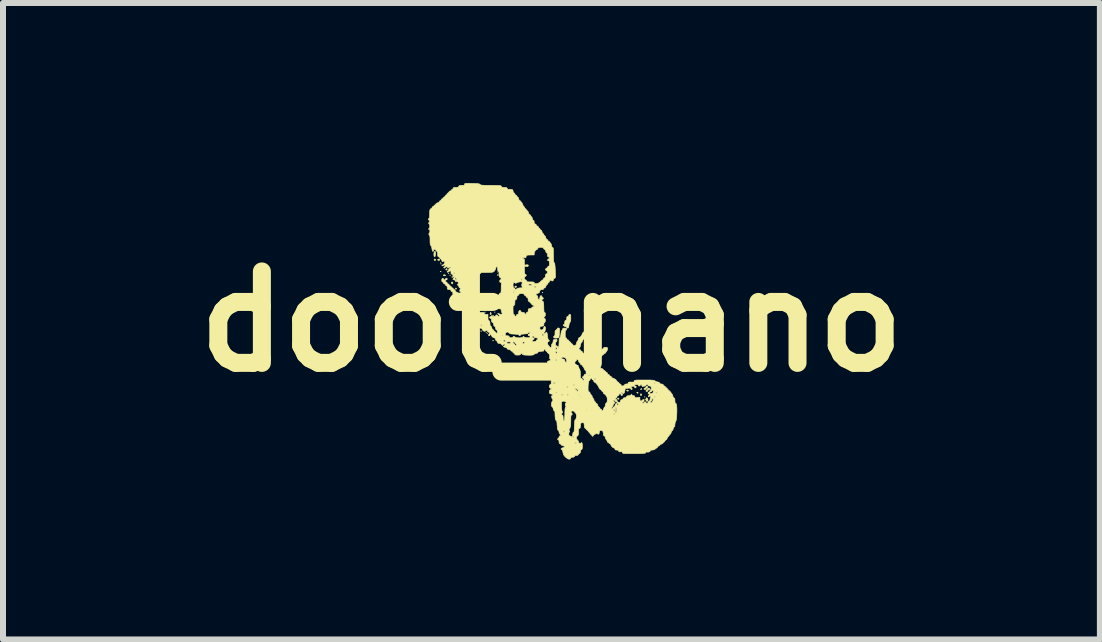
<source format=kicad_pcb>
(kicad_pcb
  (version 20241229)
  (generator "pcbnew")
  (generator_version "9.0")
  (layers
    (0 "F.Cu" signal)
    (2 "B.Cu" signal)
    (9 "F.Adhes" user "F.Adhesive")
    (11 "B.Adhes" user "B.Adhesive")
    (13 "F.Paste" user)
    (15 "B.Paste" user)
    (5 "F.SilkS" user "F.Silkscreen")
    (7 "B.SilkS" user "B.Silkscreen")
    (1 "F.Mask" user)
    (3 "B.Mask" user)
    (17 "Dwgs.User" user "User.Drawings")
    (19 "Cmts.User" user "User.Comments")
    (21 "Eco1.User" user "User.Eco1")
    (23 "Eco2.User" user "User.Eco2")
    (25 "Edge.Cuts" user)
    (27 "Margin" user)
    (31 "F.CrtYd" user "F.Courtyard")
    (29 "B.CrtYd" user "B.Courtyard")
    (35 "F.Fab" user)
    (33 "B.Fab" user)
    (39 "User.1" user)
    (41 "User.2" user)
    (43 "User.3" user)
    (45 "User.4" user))
  (footprint "doot_nano"
    (layer "F.Cu")
    (at 6.14 2.308)
    (property "Reference" "doot_nano" (at 0 0 0) (layer "F.SilkS") (effects (font (size 1.524 1.524) (thickness 0.3))))
    (attr through_hole)
    (fp_poly (pts (xy -1.846 -0.978) (xy -1.85 -0.974) (xy -1.854 -0.978) (xy -1.85 -0.982) (xy -1.846 -0.978)) (stroke (width 0.01) (type solid)) (fill yes) (layer "F.SilkS"))
    (fp_poly (pts (xy -1.837 -0.961) (xy -1.841 -0.957) (xy -1.846 -0.961) (xy -1.841 -0.965) (xy -1.837 -0.961)) (stroke (width 0.01) (type solid)) (fill yes) (layer "F.SilkS"))
    (fp_poly (pts (xy -1.71 -0.8) (xy -1.715 -0.796) (xy -1.719 -0.8) (xy -1.715 -0.804) (xy -1.71 -0.8)) (stroke (width 0.01) (type solid)) (fill yes) (layer "F.SilkS"))
    (fp_poly (pts (xy -1.592 -0.665) (xy -1.596 -0.66) (xy -1.6 -0.665) (xy -1.596 -0.669) (xy -1.592 -0.665)) (stroke (width 0.01) (type solid)) (fill yes) (layer "F.SilkS"))
    (fp_poly (pts (xy -1.084 0.182) (xy -1.088 0.186) (xy -1.092 0.182) (xy -1.088 0.178) (xy -1.084 0.182)) (stroke (width 0.01) (type solid)) (fill yes) (layer "F.SilkS"))
    (fp_poly (pts (xy -1.067 0.199) (xy -1.071 0.203) (xy -1.075 0.199) (xy -1.071 0.195) (xy -1.067 0.199)) (stroke (width 0.01) (type solid)) (fill yes) (layer "F.SilkS"))
    (fp_poly (pts (xy -0.999 -0.224) (xy -1.003 -0.22) (xy -1.008 -0.224) (xy -1.003 -0.229) (xy -0.999 -0.224)) (stroke (width 0.01) (type solid)) (fill yes) (layer "F.SilkS"))
    (fp_poly (pts (xy -0.965 -0.097) (xy -0.969 -0.093) (xy -0.974 -0.097) (xy -0.969 -0.102) (xy -0.965 -0.097)) (stroke (width 0.01) (type solid)) (fill yes) (layer "F.SilkS"))
    (fp_poly (pts (xy -0.94 -0.157) (xy -0.944 -0.152) (xy -0.948 -0.157) (xy -0.944 -0.161) (xy -0.94 -0.157)) (stroke (width 0.01) (type solid)) (fill yes) (layer "F.SilkS"))
    (fp_poly (pts (xy -0.889 -0.826) (xy -0.893 -0.821) (xy -0.897 -0.826) (xy -0.893 -0.83) (xy -0.889 -0.826)) (stroke (width 0.01) (type solid)) (fill yes) (layer "F.SilkS"))
    (fp_poly (pts (xy 1.558 1.257) (xy 1.554 1.262) (xy 1.549 1.257) (xy 1.554 1.253) (xy 1.558 1.257)) (stroke (width 0.01) (type solid)) (fill yes) (layer "F.SilkS"))
    (fp_poly (pts (xy 1.566 1.3) (xy 1.562 1.304) (xy 1.558 1.3) (xy 1.562 1.295) (xy 1.566 1.3)) (stroke (width 0.01) (type solid)) (fill yes) (layer "F.SilkS"))
    (fp_poly (pts (xy -1.84 -0.835) (xy -1.841 -0.83) (xy -1.846 -0.83) (xy -1.853 -0.833) (xy -1.851 -0.835) (xy -1.841 -0.836) (xy -1.84 -0.835)) (stroke (width 0.01) (type solid)) (fill yes) (layer "F.SilkS"))
    (fp_poly (pts (xy -1.688 -0.776) (xy -1.687 -0.766) (xy -1.688 -0.765) (xy -1.693 -0.766) (xy -1.693 -0.77) (xy -1.69 -0.777) (xy -1.688 -0.776)) (stroke (width 0.01) (type solid)) (fill yes) (layer "F.SilkS"))
    (fp_poly (pts (xy -1.171 0.155) (xy -1.17 0.165) (xy -1.171 0.167) (xy -1.176 0.165) (xy -1.177 0.161) (xy -1.174 0.154) (xy -1.171 0.155)) (stroke (width 0.01) (type solid)) (fill yes) (layer "F.SilkS"))
    (fp_poly (pts (xy -1.103 -0.158) (xy -1.105 -0.153) (xy -1.109 -0.152) (xy -1.116 -0.155) (xy -1.115 -0.158) (xy -1.105 -0.159) (xy -1.103 -0.158)) (stroke (width 0.01) (type solid)) (fill yes) (layer "F.SilkS"))
    (fp_poly (pts (xy -0.968 0.316) (xy -0.969 0.321) (xy -0.974 0.322) (xy -0.981 0.319) (xy -0.979 0.316) (xy -0.969 0.315) (xy -0.968 0.316)) (stroke (width 0.01) (type solid)) (fill yes) (layer "F.SilkS"))
    (fp_poly (pts (xy -0.892 -0.781) (xy -0.891 -0.767) (xy -0.892 -0.764) (xy -0.896 -0.767) (xy -0.897 -0.775) (xy -0.895 -0.784) (xy -0.892 -0.781)) (stroke (width 0.01) (type solid)) (fill yes) (layer "F.SilkS"))
    (fp_poly (pts (xy -0.147 -0.488) (xy -0.146 -0.478) (xy -0.147 -0.477) (xy -0.152 -0.478) (xy -0.152 -0.483) (xy -0.149 -0.49) (xy -0.147 -0.488)) (stroke (width 0.01) (type solid)) (fill yes) (layer "F.SilkS"))
    (fp_poly (pts (xy -1.738 -0.876) (xy -1.74 -0.865) (xy -1.751 -0.857) (xy -1.76 -0.861) (xy -1.761 -0.867) (xy -1.754 -0.879) (xy -1.748 -0.881) (xy -1.738 -0.876)) (stroke (width 0.01) (type solid)) (fill yes) (layer "F.SilkS"))
    (fp_poly (pts (xy -0.583 -0.584) (xy -0.585 -0.574) (xy -0.596 -0.569) (xy -0.608 -0.573) (xy -0.61 -0.58) (xy -0.604 -0.591) (xy -0.595 -0.591) (xy -0.583 -0.584)) (stroke (width 0.01) (type solid)) (fill yes) (layer "F.SilkS"))
    (fp_poly (pts (xy -1.932 -1.035) (xy -1.93 -1.029) (xy -1.937 -1.017) (xy -1.943 -1.016) (xy -1.954 -1.023) (xy -1.956 -1.029) (xy -1.949 -1.04) (xy -1.943 -1.041) (xy -1.932 -1.035)) (stroke (width 0.01) (type solid)) (fill yes) (layer "F.SilkS"))
    (fp_poly (pts (xy -1.866 -1.036) (xy -1.863 -1.029) (xy -1.87 -1.018) (xy -1.88 -1.016) (xy -1.893 -1.021) (xy -1.897 -1.029) (xy -1.889 -1.039) (xy -1.88 -1.041) (xy -1.866 -1.036)) (stroke (width 0.01) (type solid)) (fill yes) (layer "F.SilkS"))
    (fp_poly (pts (xy -1.771 -0.775) (xy -1.765 -0.77) (xy -1.768 -0.764) (xy -1.782 -0.762) (xy -1.798 -0.765) (xy -1.803 -0.77) (xy -1.796 -0.777) (xy -1.787 -0.779) (xy -1.771 -0.775)) (stroke (width 0.01) (type solid)) (fill yes) (layer "F.SilkS"))
    (fp_poly (pts (xy -1.645 -0.653) (xy -1.643 -0.643) (xy -1.647 -0.629) (xy -1.657 -0.628) (xy -1.662 -0.632) (xy -1.668 -0.646) (xy -1.663 -0.658) (xy -1.655 -0.66) (xy -1.645 -0.653)) (stroke (width 0.01) (type solid)) (fill yes) (layer "F.SilkS"))
    (fp_poly (pts (xy -1.584 -0.553) (xy -1.583 -0.551) (xy -1.589 -0.539) (xy -1.592 -0.538) (xy -1.599 -0.54) (xy -1.6 -0.546) (xy -1.596 -0.557) (xy -1.592 -0.559) (xy -1.584 -0.553)) (stroke (width 0.01) (type solid)) (fill yes) (layer "F.SilkS"))
    (fp_poly (pts (xy -1.005 -0.136) (xy -1.005 -0.136) (xy -1.007 -0.12) (xy -1.013 -0.115) (xy -1.021 -0.117) (xy -1.022 -0.132) (xy -1.018 -0.149) (xy -1.012 -0.151) (xy -1.005 -0.136)) (stroke (width 0.01) (type solid)) (fill yes) (layer "F.SilkS"))
    (fp_poly (pts (xy 1.113 1.275) (xy 1.125 1.284) (xy 1.126 1.288) (xy 1.119 1.295) (xy 1.113 1.295) (xy 1.102 1.289) (xy 1.101 1.283) (xy 1.106 1.274) (xy 1.113 1.275)) (stroke (width 0.01) (type solid)) (fill yes) (layer "F.SilkS"))
    (fp_poly (pts (xy 1.28 1.148) (xy 1.283 1.151) (xy 1.28 1.158) (xy 1.27 1.16) (xy 1.256 1.156) (xy 1.253 1.151) (xy 1.26 1.144) (xy 1.265 1.143) (xy 1.28 1.148)) (stroke (width 0.01) (type solid)) (fill yes) (layer "F.SilkS"))
    (fp_poly (pts (xy 1.442 1.183) (xy 1.444 1.185) (xy 1.442 1.193) (xy 1.436 1.194) (xy 1.424 1.189) (xy 1.422 1.185) (xy 1.428 1.177) (xy 1.43 1.177) (xy 1.442 1.183)) (stroke (width 0.01) (type solid)) (fill yes) (layer "F.SilkS"))
    (fp_poly (pts (xy 1.502 1.215) (xy 1.503 1.219) (xy 1.496 1.232) (xy 1.492 1.234) (xy 1.484 1.23) (xy 1.482 1.219) (xy 1.486 1.206) (xy 1.492 1.204) (xy 1.502 1.215)) (stroke (width 0.01) (type solid)) (fill yes) (layer "F.SilkS"))
    (fp_poly (pts (xy 1.504 1.123) (xy 1.503 1.126) (xy 1.492 1.134) (xy 1.489 1.135) (xy 1.485 1.129) (xy 1.486 1.126) (xy 1.497 1.118) (xy 1.5 1.118) (xy 1.504 1.123)) (stroke (width 0.01) (type solid)) (fill yes) (layer "F.SilkS"))
    (fp_poly (pts (xy 1.59 1.272) (xy 1.602 1.282) (xy 1.607 1.302) (xy 1.607 1.321) (xy 1.6 1.328) (xy 1.592 1.329) (xy 1.58 1.326) (xy 1.575 1.314) (xy 1.575 1.299) (xy 1.576 1.279) (xy 1.583 1.271) (xy 1.59 1.272)) (stroke (width 0.01) (type solid)) (fill yes) (layer "F.SilkS"))
    (fp_poly (pts (xy -1.934 -1.164) (xy -1.932 -1.15) (xy -1.932 -1.125) (xy -1.936 -1.097) (xy -1.942 -1.081) (xy -1.949 -1.078) (xy -1.956 -1.09) (xy -1.958 -1.098) (xy -1.96 -1.126) (xy -1.957 -1.15) (xy -1.949 -1.165) (xy -1.942 -1.168) (xy -1.934 -1.164)) (stroke (width 0.01) (type solid)) (fill yes) (layer "F.SilkS"))
    (fp_poly (pts (xy 1.602 1.08) (xy 1.605 1.092) (xy 1.597 1.104) (xy 1.587 1.109) (xy 1.576 1.116) (xy 1.575 1.122) (xy 1.568 1.132) (xy 1.558 1.135) (xy 1.544 1.129) (xy 1.541 1.122) (xy 1.548 1.111) (xy 1.558 1.109) (xy 1.572 1.103) (xy 1.575 1.092) (xy 1.581 1.078) (xy 1.594 1.075) (xy 1.602 1.08)) (stroke (width 0.01) (type solid)) (fill yes) (layer "F.SilkS"))
    (fp_poly (pts (xy 1.638 1.114) (xy 1.643 1.122) (xy 1.636 1.132) (xy 1.627 1.135) (xy 1.612 1.142) (xy 1.606 1.151) (xy 1.598 1.164) (xy 1.586 1.168) (xy 1.576 1.162) (xy 1.575 1.155) (xy 1.582 1.141) (xy 1.587 1.138) (xy 1.599 1.127) (xy 1.6 1.121) (xy 1.608 1.112) (xy 1.621 1.109) (xy 1.638 1.114)) (stroke (width 0.01) (type solid)) (fill yes) (layer "F.SilkS"))
    (fp_poly (pts (xy 0.119 0.108) (xy 0.128 0.111) (xy 0.133 0.117) (xy 0.135 0.13) (xy 0.135 0.152) (xy 0.132 0.188) (xy 0.132 0.189) (xy 0.13 0.223) (xy 0.127 0.25) (xy 0.125 0.266) (xy 0.124 0.268) (xy 0.112 0.272) (xy 0.091 0.275) (xy 0.068 0.276) (xy 0.05 0.274) (xy 0.049 0.274) (xy 0.036 0.264) (xy 0.036 0.251) (xy 0.047 0.242) (xy 0.055 0.233) (xy 0.059 0.212) (xy 0.059 0.191) (xy 0.06 0.163) (xy 0.064 0.148) (xy 0.072 0.144) (xy 0.072 0.144) (xy 0.085 0.137) (xy 0.093 0.123) (xy 0.103 0.109) (xy 0.118 0.107) (xy 0.119 0.108)) (stroke (width 0.01) (type solid)) (fill yes) (layer "F.SilkS"))
    (fp_poly (pts (xy 0.314 -0.117) (xy 0.319 -0.11) (xy 0.321 -0.094) (xy 0.322 -0.065) (xy 0.322 -0.058) (xy 0.321 -0.022) (xy 0.316 0.000174) (xy 0.309 0.012) (xy 0.309 0.012) (xy 0.301 0.025) (xy 0.293 0.049) (xy 0.291 0.066) (xy 0.286 0.092) (xy 0.28 0.106) (xy 0.271 0.11) (xy 0.27 0.11) (xy 0.257 0.105) (xy 0.254 0.098) (xy 0.246 0.089) (xy 0.227 0.082) (xy 0.224 0.081) (xy 0.206 0.074) (xy 0.195 0.064) (xy 0.195 0.055) (xy 0.206 0.051) (xy 0.207 0.051) (xy 0.216 0.045) (xy 0.22 0.026) (xy 0.22 0.018) (xy 0.222 -0.005) (xy 0.23 -0.016) (xy 0.237 -0.019) (xy 0.249 -0.027) (xy 0.254 -0.045) (xy 0.254 -0.054) (xy 0.256 -0.075) (xy 0.263 -0.084) (xy 0.271 -0.085) (xy 0.285 -0.091) (xy 0.288 -0.102) (xy 0.294 -0.116) (xy 0.305 -0.119) (xy 0.314 -0.117)) (stroke (width 0.01) (type solid)) (fill yes) (layer "F.SilkS"))
    (fp_poly (pts (xy -1.347 -2.302) (xy -1.324 -2.301) (xy -1.275 -2.3) (xy -1.24 -2.298) (xy -1.216 -2.296) (xy -1.201 -2.292) (xy -1.193 -2.287) (xy -1.19 -2.284) (xy -1.185 -2.279) (xy -1.176 -2.275) (xy -1.161 -2.273) (xy -1.137 -2.271) (xy -1.103 -2.27) (xy -1.056 -2.269) (xy -1.01 -2.269) (xy -0.952 -2.268) (xy -0.909 -2.268) (xy -0.878 -2.267) (xy -0.858 -2.265) (xy -0.846 -2.262) (xy -0.839 -2.258) (xy -0.836 -2.253) (xy -0.836 -2.252) (xy -0.83 -2.242) (xy -0.817 -2.237) (xy -0.792 -2.235) (xy -0.787 -2.235) (xy -0.761 -2.234) (xy -0.746 -2.23) (xy -0.74 -2.221) (xy -0.739 -2.218) (xy -0.731 -2.206) (xy -0.713 -2.202) (xy -0.708 -2.202) (xy -0.676 -2.203) (xy -0.657 -2.201) (xy -0.646 -2.193) (xy -0.641 -2.178) (xy -0.64 -2.172) (xy -0.633 -2.151) (xy -0.622 -2.142) (xy -0.622 -2.142) (xy -0.612 -2.135) (xy -0.61 -2.125) (xy -0.604 -2.111) (xy -0.596 -2.108) (xy -0.583 -2.101) (xy -0.578 -2.091) (xy -0.57 -2.078) (xy -0.562 -2.074) (xy -0.554 -2.067) (xy -0.546 -2.049) (xy -0.546 -2.045) (xy -0.539 -2.024) (xy -0.529 -2.015) (xy -0.528 -2.015) (xy -0.515 -2.008) (xy -0.51 -2) (xy -0.5 -1.984) (xy -0.494 -1.979) (xy -0.485 -1.967) (xy -0.478 -1.947) (xy -0.472 -1.93) (xy -0.465 -1.922) (xy -0.465 -1.922) (xy -0.456 -1.915) (xy -0.449 -1.901) (xy -0.44 -1.885) (xy -0.433 -1.88) (xy -0.424 -1.873) (xy -0.419 -1.863) (xy -0.41 -1.849) (xy -0.402 -1.846) (xy -0.393 -1.838) (xy -0.385 -1.819) (xy -0.385 -1.816) (xy -0.378 -1.796) (xy -0.368 -1.787) (xy -0.367 -1.786) (xy -0.356 -1.779) (xy -0.347 -1.765) (xy -0.339 -1.75) (xy -0.331 -1.744) (xy -0.325 -1.737) (xy -0.319 -1.719) (xy -0.318 -1.714) (xy -0.311 -1.693) (xy -0.301 -1.685) (xy -0.3 -1.685) (xy -0.291 -1.678) (xy -0.288 -1.656) (xy -0.288 -1.655) (xy -0.286 -1.635) (xy -0.279 -1.627) (xy -0.271 -1.626) (xy -0.257 -1.62) (xy -0.254 -1.609) (xy -0.248 -1.595) (xy -0.237 -1.592) (xy -0.223 -1.586) (xy -0.22 -1.575) (xy -0.215 -1.561) (xy -0.207 -1.558) (xy -0.196 -1.551) (xy -0.195 -1.544) (xy -0.188 -1.531) (xy -0.179 -1.527) (xy -0.164 -1.515) (xy -0.157 -1.494) (xy -0.15 -1.473) (xy -0.14 -1.465) (xy -0.139 -1.465) (xy -0.129 -1.458) (xy -0.127 -1.448) (xy -0.122 -1.434) (xy -0.115 -1.431) (xy -0.104 -1.423) (xy -0.097 -1.403) (xy -0.097 -1.402) (xy -0.088 -1.378) (xy -0.075 -1.369) (xy -0.062 -1.36) (xy -0.059 -1.351) (xy -0.053 -1.34) (xy -0.046 -1.338) (xy -0.033 -1.331) (xy -0.028 -1.323) (xy -0.017 -1.307) (xy -0.011 -1.301) (xy -0.003 -1.289) (xy 0 -1.27) (xy 0.006 -1.246) (xy 0.017 -1.236) (xy 0.023 -1.232) (xy 0.028 -1.224) (xy 0.031 -1.21) (xy 0.032 -1.188) (xy 0.033 -1.154) (xy 0.033 -1.108) (xy 0.034 -1.059) (xy 0.035 -1.024) (xy 0.037 -1.001) (xy 0.04 -0.987) (xy 0.046 -0.979) (xy 0.046 -0.979) (xy 0.052 -0.971) (xy 0.056 -0.955) (xy 0.059 -0.929) (xy 0.062 -0.89) (xy 0.064 -0.848) (xy 0.066 -0.801) (xy 0.067 -0.768) (xy 0.067 -0.746) (xy 0.065 -0.733) (xy 0.061 -0.726) (xy 0.055 -0.723) (xy 0.052 -0.722) (xy 0.037 -0.713) (xy 0.034 -0.703) (xy 0.029 -0.685) (xy 0.017 -0.675) (xy 0.004 -0.678) (xy 0.001 -0.681) (xy -0.014 -0.689) (xy -0.028 -0.684) (xy -0.034 -0.668) (xy -0.039 -0.655) (xy -0.047 -0.652) (xy -0.057 -0.645) (xy -0.059 -0.635) (xy -0.065 -0.621) (xy -0.072 -0.618) (xy -0.081 -0.614) (xy -0.081 -0.61) (xy -0.082 -0.601) (xy -0.085 -0.6) (xy -0.094 -0.59) (xy -0.097 -0.58) (xy -0.102 -0.566) (xy -0.107 -0.563) (xy -0.121 -0.558) (xy -0.131 -0.549) (xy -0.131 -0.542) (xy -0.136 -0.537) (xy -0.152 -0.532) (xy -0.158 -0.532) (xy -0.18 -0.528) (xy -0.191 -0.518) (xy -0.197 -0.502) (xy -0.203 -0.484) (xy -0.209 -0.476) (xy -0.21 -0.476) (xy -0.221 -0.474) (xy -0.239 -0.467) (xy -0.254 -0.456) (xy -0.257 -0.443) (xy -0.25 -0.433) (xy -0.24 -0.432) (xy -0.231 -0.424) (xy -0.228 -0.409) (xy -0.226 -0.387) (xy -0.221 -0.374) (xy -0.21 -0.366) (xy -0.2 -0.372) (xy -0.195 -0.389) (xy -0.195 -0.389) (xy -0.191 -0.415) (xy -0.18 -0.43) (xy -0.173 -0.432) (xy -0.162 -0.425) (xy -0.161 -0.42) (xy -0.154 -0.407) (xy -0.148 -0.403) (xy -0.137 -0.392) (xy -0.135 -0.385) (xy -0.142 -0.374) (xy -0.148 -0.373) (xy -0.159 -0.367) (xy -0.16 -0.354) (xy -0.154 -0.341) (xy -0.145 -0.337) (xy -0.138 -0.333) (xy -0.134 -0.324) (xy -0.131 -0.307) (xy -0.129 -0.278) (xy -0.128 -0.245) (xy -0.127 -0.201) (xy -0.125 -0.171) (xy -0.122 -0.154) (xy -0.117 -0.147) (xy -0.111 -0.148) (xy -0.109 -0.149) (xy -0.105 -0.144) (xy -0.102 -0.128) (xy -0.102 -0.12) (xy -0.105 -0.093) (xy -0.114 -0.082) (xy -0.125 -0.072) (xy -0.126 -0.059) (xy -0.118 -0.051) (xy -0.114 -0.051) (xy -0.105 -0.044) (xy -0.101 -0.027) (xy -0.102 -0.008) (xy -0.108 0.009) (xy -0.114 0.014) (xy -0.124 0.026) (xy -0.127 0.047) (xy -0.128 0.066) (xy -0.136 0.074) (xy -0.155 0.077) (xy -0.159 0.078) (xy -0.18 0.081) (xy -0.19 0.09) (xy -0.193 0.105) (xy -0.192 0.129) (xy -0.18 0.14) (xy -0.158 0.139) (xy -0.139 0.128) (xy -0.131 0.109) (xy -0.123 0.087) (xy -0.114 0.08) (xy -0.105 0.089) (xy -0.103 0.094) (xy -0.1 0.112) (xy -0.102 0.136) (xy -0.107 0.158) (xy -0.114 0.174) (xy -0.12 0.178) (xy -0.126 0.185) (xy -0.127 0.191) (xy -0.122 0.202) (xy -0.11 0.201) (xy -0.097 0.189) (xy -0.086 0.179) (xy -0.076 0.185) (xy -0.07 0.208) (xy -0.066 0.242) (xy -0.061 0.277) (xy -0.054 0.299) (xy -0.045 0.309) (xy -0.035 0.32) (xy -0.038 0.327) (xy -0.042 0.33) (xy -0.056 0.338) (xy -0.061 0.341) (xy -0.065 0.35) (xy -0.064 0.368) (xy -0.058 0.387) (xy -0.051 0.402) (xy -0.045 0.406) (xy -0.035 0.413) (xy -0.034 0.419) (xy -0.027 0.429) (xy -0.017 0.432) (xy -0.005 0.428) (xy -0.000468 0.415) (xy 0 0.403) (xy 0.003 0.381) (xy 0.012 0.37) (xy 0.021 0.359) (xy 0.026 0.337) (xy 0.027 0.333) (xy 0.03 0.312) (xy 0.038 0.302) (xy 0.056 0.298) (xy 0.061 0.298) (xy 0.082 0.298) (xy 0.091 0.302) (xy 0.093 0.313) (xy 0.088 0.33) (xy 0.08 0.336) (xy 0.071 0.348) (xy 0.068 0.374) (xy 0.069 0.394) (xy 0.074 0.403) (xy 0.076 0.402) (xy 0.087 0.404) (xy 0.1 0.415) (xy 0.116 0.433) (xy 0.122 0.413) (xy 0.124 0.395) (xy 0.126 0.366) (xy 0.127 0.333) (xy 0.127 0.332) (xy 0.128 0.299) (xy 0.131 0.28) (xy 0.136 0.272) (xy 0.139 0.271) (xy 0.146 0.265) (xy 0.152 0.246) (xy 0.157 0.212) (xy 0.157 0.211) (xy 0.162 0.174) (xy 0.169 0.152) (xy 0.174 0.147) (xy 0.184 0.135) (xy 0.186 0.126) (xy 0.189 0.116) (xy 0.202 0.111) (xy 0.22 0.11) (xy 0.242 0.111) (xy 0.252 0.117) (xy 0.254 0.127) (xy 0.249 0.141) (xy 0.241 0.144) (xy 0.235 0.147) (xy 0.231 0.159) (xy 0.229 0.183) (xy 0.229 0.207) (xy 0.229 0.241) (xy 0.232 0.261) (xy 0.236 0.269) (xy 0.241 0.271) (xy 0.252 0.278) (xy 0.254 0.288) (xy 0.26 0.302) (xy 0.271 0.305) (xy 0.285 0.31) (xy 0.288 0.318) (xy 0.295 0.331) (xy 0.305 0.336) (xy 0.319 0.345) (xy 0.322 0.353) (xy 0.329 0.365) (xy 0.339 0.37) (xy 0.352 0.378) (xy 0.356 0.386) (xy 0.362 0.4) (xy 0.379 0.402) (xy 0.393 0.398) (xy 0.41 0.386) (xy 0.415 0.366) (xy 0.421 0.343) (xy 0.432 0.328) (xy 0.445 0.309) (xy 0.449 0.292) (xy 0.452 0.276) (xy 0.459 0.271) (xy 0.475 0.264) (xy 0.492 0.246) (xy 0.506 0.224) (xy 0.511 0.21) (xy 0.521 0.189) (xy 0.534 0.178) (xy 0.545 0.167) (xy 0.545 0.16) (xy 0.548 0.151) (xy 0.557 0.147) (xy 0.573 0.136) (xy 0.578 0.126) (xy 0.586 0.115) (xy 0.605 0.11) (xy 0.613 0.11) (xy 0.633 0.111) (xy 0.641 0.117) (xy 0.643 0.134) (xy 0.643 0.144) (xy 0.641 0.168) (xy 0.633 0.178) (xy 0.632 0.178) (xy 0.622 0.185) (xy 0.615 0.204) (xy 0.615 0.206) (xy 0.605 0.231) (xy 0.592 0.24) (xy 0.579 0.249) (xy 0.576 0.257) (xy 0.571 0.269) (xy 0.566 0.271) (xy 0.552 0.277) (xy 0.535 0.293) (xy 0.521 0.311) (xy 0.517 0.323) (xy 0.51 0.34) (xy 0.503 0.345) (xy 0.494 0.358) (xy 0.486 0.381) (xy 0.485 0.39) (xy 0.48 0.414) (xy 0.472 0.431) (xy 0.469 0.434) (xy 0.459 0.446) (xy 0.459 0.459) (xy 0.469 0.466) (xy 0.47 0.466) (xy 0.481 0.472) (xy 0.483 0.477) (xy 0.49 0.489) (xy 0.5 0.494) (xy 0.513 0.502) (xy 0.516 0.51) (xy 0.524 0.522) (xy 0.533 0.527) (xy 0.547 0.536) (xy 0.55 0.544) (xy 0.557 0.556) (xy 0.567 0.561) (xy 0.581 0.571) (xy 0.584 0.579) (xy 0.591 0.59) (xy 0.601 0.593) (xy 0.615 0.598) (xy 0.618 0.605) (xy 0.625 0.615) (xy 0.643 0.622) (xy 0.643 0.622) (xy 0.661 0.63) (xy 0.669 0.64) (xy 0.669 0.64) (xy 0.676 0.65) (xy 0.685 0.652) (xy 0.698 0.646) (xy 0.706 0.627) (xy 0.706 0.623) (xy 0.713 0.602) (xy 0.723 0.59) (xy 0.724 0.59) (xy 0.735 0.578) (xy 0.737 0.572) (xy 0.743 0.56) (xy 0.749 0.559) (xy 0.759 0.551) (xy 0.767 0.531) (xy 0.767 0.529) (xy 0.773 0.509) (xy 0.786 0.498) (xy 0.801 0.495) (xy 0.822 0.487) (xy 0.83 0.477) (xy 0.83 0.477) (xy 0.837 0.465) (xy 0.847 0.46) (xy 0.86 0.452) (xy 0.864 0.444) (xy 0.871 0.436) (xy 0.888 0.43) (xy 0.909 0.429) (xy 0.926 0.432) (xy 0.929 0.434) (xy 0.935 0.448) (xy 0.933 0.469) (xy 0.925 0.488) (xy 0.919 0.495) (xy 0.907 0.51) (xy 0.904 0.519) (xy 0.893 0.531) (xy 0.885 0.533) (xy 0.874 0.538) (xy 0.872 0.542) (xy 0.865 0.552) (xy 0.851 0.56) (xy 0.835 0.571) (xy 0.83 0.581) (xy 0.822 0.59) (xy 0.804 0.593) (xy 0.786 0.595) (xy 0.779 0.605) (xy 0.779 0.613) (xy 0.777 0.644) (xy 0.77 0.669) (xy 0.762 0.684) (xy 0.757 0.686) (xy 0.747 0.691) (xy 0.746 0.704) (xy 0.753 0.717) (xy 0.763 0.722) (xy 0.775 0.729) (xy 0.775 0.736) (xy 0.778 0.745) (xy 0.791 0.753) (xy 0.807 0.762) (xy 0.813 0.77) (xy 0.82 0.777) (xy 0.838 0.783) (xy 0.838 0.783) (xy 0.856 0.791) (xy 0.864 0.801) (xy 0.864 0.801) (xy 0.87 0.811) (xy 0.876 0.813) (xy 0.889 0.82) (xy 0.897 0.83) (xy 0.91 0.843) (xy 0.919 0.847) (xy 0.929 0.854) (xy 0.931 0.864) (xy 0.937 0.878) (xy 0.947 0.881) (xy 0.962 0.888) (xy 0.968 0.898) (xy 0.975 0.91) (xy 0.982 0.91) (xy 0.992 0.912) (xy 0.996 0.921) (xy 1.008 0.936) (xy 1.023 0.943) (xy 1.044 0.951) (xy 1.067 0.965) (xy 1.084 0.982) (xy 1.092 0.996) (xy 1.092 0.997) (xy 1.099 1.006) (xy 1.106 1.008) (xy 1.119 1.015) (xy 1.124 1.024) (xy 1.134 1.038) (xy 1.144 1.041) (xy 1.157 1.048) (xy 1.16 1.058) (xy 1.164 1.072) (xy 1.171 1.075) (xy 1.195 1.072) (xy 1.213 1.063) (xy 1.219 1.053) (xy 1.227 1.044) (xy 1.248 1.041) (xy 1.269 1.039) (xy 1.28 1.028) (xy 1.281 1.024) (xy 1.71 1.024) (xy 1.717 1.033) (xy 1.719 1.033) (xy 1.727 1.026) (xy 1.727 1.024) (xy 1.721 1.016) (xy 1.719 1.016) (xy 1.711 1.022) (xy 1.71 1.024) (xy 1.281 1.024) (xy 1.281 1.024) (xy 1.286 1.013) (xy 1.296 1.009) (xy 1.316 1.008) (xy 1.331 1.009) (xy 1.357 1.01) (xy 1.371 1.008) (xy 1.377 1.001) (xy 1.378 0.993) (xy 1.38 0.987) (xy 1.383 0.982) (xy 1.391 0.979) (xy 1.406 0.977) (xy 1.429 0.975) (xy 1.463 0.975) (xy 1.511 0.975) (xy 1.546 0.975) (xy 1.604 0.975) (xy 1.646 0.975) (xy 1.677 0.977) (xy 1.698 0.979) (xy 1.712 0.982) (xy 1.721 0.986) (xy 1.728 0.991) (xy 1.749 1.003) (xy 1.77 1.008) (xy 1.791 1.011) (xy 1.801 1.024) (xy 1.801 1.024) (xy 1.81 1.037) (xy 1.829 1.041) (xy 1.833 1.041) (xy 1.854 1.045) (xy 1.864 1.056) (xy 1.865 1.058) (xy 1.874 1.072) (xy 1.883 1.075) (xy 1.895 1.082) (xy 1.897 1.088) (xy 1.903 1.099) (xy 1.91 1.101) (xy 1.923 1.108) (xy 1.928 1.117) (xy 1.939 1.134) (xy 1.948 1.139) (xy 1.961 1.149) (xy 1.964 1.156) (xy 1.971 1.167) (xy 1.977 1.168) (xy 1.988 1.175) (xy 1.99 1.18) (xy 1.995 1.194) (xy 2.007 1.206) (xy 2.02 1.227) (xy 2.024 1.245) (xy 2.029 1.265) (xy 2.04 1.272) (xy 2.051 1.278) (xy 2.056 1.29) (xy 2.057 1.315) (xy 2.057 1.32) (xy 2.059 1.347) (xy 2.064 1.361) (xy 2.069 1.363) (xy 2.079 1.371) (xy 2.085 1.395) (xy 2.089 1.433) (xy 2.09 1.485) (xy 2.088 1.549) (xy 2.088 1.553) (xy 2.084 1.603) (xy 2.08 1.637) (xy 2.074 1.658) (xy 2.07 1.665) (xy 2.062 1.682) (xy 2.058 1.709) (xy 2.057 1.715) (xy 2.055 1.744) (xy 2.046 1.757) (xy 2.045 1.758) (xy 2.035 1.769) (xy 2.028 1.789) (xy 2.027 1.792) (xy 2.021 1.811) (xy 2.012 1.82) (xy 2.011 1.82) (xy 2.002 1.828) (xy 1.995 1.846) (xy 1.994 1.85) (xy 1.987 1.871) (xy 1.977 1.88) (xy 1.977 1.88) (xy 1.966 1.886) (xy 1.964 1.893) (xy 1.958 1.907) (xy 1.953 1.91) (xy 1.943 1.92) (xy 1.932 1.94) (xy 1.93 1.943) (xy 1.92 1.963) (xy 1.91 1.972) (xy 1.908 1.973) (xy 1.897 1.977) (xy 1.897 1.98) (xy 1.89 1.993) (xy 1.874 2.011) (xy 1.854 2.029) (xy 1.834 2.042) (xy 1.827 2.045) (xy 1.81 2.053) (xy 1.803 2.063) (xy 1.796 2.072) (xy 1.786 2.074) (xy 1.773 2.08) (xy 1.77 2.087) (xy 1.763 2.101) (xy 1.755 2.106) (xy 1.738 2.116) (xy 1.726 2.127) (xy 1.702 2.139) (xy 1.676 2.142) (xy 1.656 2.144) (xy 1.646 2.148) (xy 1.646 2.15) (xy 1.645 2.161) (xy 1.633 2.17) (xy 1.614 2.176) (xy 1.607 2.176) (xy 1.581 2.175) (xy 1.569 2.178) (xy 1.57 2.183) (xy 1.57 2.189) (xy 1.563 2.193) (xy 1.545 2.196) (xy 1.517 2.199) (xy 1.477 2.2) (xy 1.422 2.201) (xy 1.362 2.201) (xy 1.303 2.201) (xy 1.26 2.201) (xy 1.228 2.2) (xy 1.207 2.199) (xy 1.194 2.196) (xy 1.187 2.193) (xy 1.184 2.188) (xy 1.183 2.183) (xy 1.175 2.17) (xy 1.16 2.17) (xy 1.136 2.172) (xy 1.121 2.164) (xy 1.118 2.154) (xy 1.11 2.145) (xy 1.088 2.142) (xy 1.068 2.14) (xy 1.059 2.133) (xy 1.058 2.125) (xy 1.053 2.111) (xy 1.045 2.108) (xy 1.027 2.102) (xy 1.008 2.086) (xy 0.994 2.067) (xy 0.991 2.055) (xy 0.985 2.043) (xy 0.978 2.04) (xy 0.964 2.034) (xy 0.96 2.028) (xy 0.949 2.017) (xy 0.943 2.015) (xy 0.933 2.008) (xy 0.931 2) (xy 0.925 1.983) (xy 0.914 1.97) (xy 0.901 1.951) (xy 0.897 1.934) (xy 0.892 1.914) (xy 0.881 1.907) (xy 0.869 1.901) (xy 0.864 1.886) (xy 0.864 1.867) (xy 0.859 1.835) (xy 0.845 1.817) (xy 0.822 1.813) (xy 0.82 1.813) (xy 0.806 1.819) (xy 0.799 1.833) (xy 0.797 1.848) (xy 0.792 1.871) (xy 0.781 1.879) (xy 0.766 1.871) (xy 0.764 1.869) (xy 0.752 1.864) (xy 0.743 1.869) (xy 0.726 1.879) (xy 0.719 1.88) (xy 0.706 1.887) (xy 0.7 1.897) (xy 0.692 1.91) (xy 0.686 1.913) (xy 0.676 1.906) (xy 0.671 1.897) (xy 0.663 1.883) (xy 0.655 1.88) (xy 0.645 1.873) (xy 0.643 1.867) (xy 0.637 1.854) (xy 0.627 1.846) (xy 0.613 1.834) (xy 0.61 1.825) (xy 0.603 1.814) (xy 0.593 1.809) (xy 0.579 1.8) (xy 0.576 1.791) (xy 0.569 1.78) (xy 0.563 1.778) (xy 0.552 1.771) (xy 0.549 1.759) (xy 0.547 1.738) (xy 0.546 1.727) (xy 0.543 1.707) (xy 0.543 1.699) (xy 0.538 1.689) (xy 0.524 1.686) (xy 0.514 1.686) (xy 0.498 1.689) (xy 0.49 1.696) (xy 0.486 1.711) (xy 0.484 1.733) (xy 0.481 1.76) (xy 0.476 1.774) (xy 0.465 1.781) (xy 0.465 1.781) (xy 0.453 1.789) (xy 0.45 1.809) (xy 0.45 1.809) (xy 0.451 1.856) (xy 0.448 1.887) (xy 0.438 1.904) (xy 0.432 1.907) (xy 0.419 1.918) (xy 0.414 1.937) (xy 0.418 1.957) (xy 0.43 1.972) (xy 0.431 1.972) (xy 0.444 1.987) (xy 0.45 2.004) (xy 0.458 2.023) (xy 0.472 2.031) (xy 0.487 2.028) (xy 0.492 2.022) (xy 0.501 2.016) (xy 0.509 2.025) (xy 0.514 2.046) (xy 0.516 2.077) (xy 0.516 2.08) (xy 0.515 2.108) (xy 0.51 2.124) (xy 0.5 2.134) (xy 0.5 2.134) (xy 0.485 2.15) (xy 0.483 2.169) (xy 0.479 2.189) (xy 0.466 2.199) (xy 0.466 2.199) (xy 0.452 2.207) (xy 0.449 2.214) (xy 0.442 2.226) (xy 0.425 2.232) (xy 0.406 2.231) (xy 0.404 2.231) (xy 0.392 2.233) (xy 0.387 2.243) (xy 0.379 2.256) (xy 0.362 2.26) (xy 0.353 2.261) (xy 0.331 2.263) (xy 0.321 2.273) (xy 0.319 2.278) (xy 0.309 2.292) (xy 0.29 2.294) (xy 0.265 2.284) (xy 0.238 2.263) (xy 0.232 2.257) (xy 0.21 2.233) (xy 0.198 2.21) (xy 0.191 2.181) (xy 0.191 2.178) (xy 0.184 2.148) (xy 0.176 2.134) (xy 0.173 2.134) (xy 0.161 2.13) (xy 0.161 2.121) (xy 0.171 2.111) (xy 0.189 2.104) (xy 0.191 2.103) (xy 0.21 2.097) (xy 0.22 2.088) (xy 0.22 2.086) (xy 0.213 2.078) (xy 0.194 2.07) (xy 0.191 2.07) (xy 0.171 2.063) (xy 0.161 2.055) (xy 0.161 2.053) (xy 0.154 2.043) (xy 0.144 2.038) (xy 0.132 2.03) (xy 0.13 2.024) (xy 0.389 2.024) (xy 0.396 2.031) (xy 0.402 2.032) (xy 0.413 2.027) (xy 0.415 2.024) (xy 0.408 2.016) (xy 0.402 2.015) (xy 0.391 2.02) (xy 0.389 2.024) (xy 0.13 2.024) (xy 0.127 2.013) (xy 0.127 2.003) (xy 0.124 1.981) (xy 0.116 1.973) (xy 0.114 1.973) (xy 0.103 1.966) (xy 0.102 1.961) (xy 0.108 1.948) (xy 0.114 1.944) (xy 0.125 1.933) (xy 0.127 1.923) (xy 0.134 1.908) (xy 0.146 1.901) (xy 0.165 1.896) (xy 0.146 1.882) (xy 0.141 1.876) (xy 0.288 1.876) (xy 0.29 1.895) (xy 0.301 1.905) (xy 0.313 1.908) (xy 0.334 1.917) (xy 0.34 1.928) (xy 0.342 1.935) (xy 0.345 1.928) (xy 0.346 1.926) (xy 0.356 1.926) (xy 0.361 1.934) (xy 0.368 1.933) (xy 0.377 1.926) (xy 0.376 1.921) (xy 0.366 1.914) (xy 0.357 1.919) (xy 0.356 1.926) (xy 0.346 1.926) (xy 0.349 1.913) (xy 0.353 1.894) (xy 0.355 1.874) (xy 0.355 1.873) (xy 0.359 1.852) (xy 0.367 1.846) (xy 0.373 1.842) (xy 0.377 1.83) (xy 0.379 1.807) (xy 0.381 1.77) (xy 0.382 1.744) (xy 0.384 1.699) (xy 0.386 1.669) (xy 0.389 1.65) (xy 0.394 1.639) (xy 0.4 1.633) (xy 0.409 1.62) (xy 0.414 1.597) (xy 0.416 1.571) (xy 0.413 1.546) (xy 0.409 1.537) (xy 1.036 1.537) (xy 1.037 1.541) (xy 1.048 1.549) (xy 1.05 1.549) (xy 1.058 1.543) (xy 1.058 1.541) (xy 1.051 1.534) (xy 1.045 1.532) (xy 1.036 1.537) (xy 0.409 1.537) (xy 0.406 1.53) (xy 0.402 1.527) (xy 0.391 1.517) (xy 0.389 1.511) (xy 0.385 1.504) (xy 1.062 1.504) (xy 1.069 1.514) (xy 1.076 1.516) (xy 1.08 1.508) (xy 1.083 1.488) (xy 1.084 1.473) (xy 1.082 1.447) (xy 1.077 1.433) (xy 1.074 1.431) (xy 1.069 1.438) (xy 1.07 1.46) (xy 1.072 1.482) (xy 1.067 1.494) (xy 1.067 1.494) (xy 1.062 1.504) (xy 0.385 1.504) (xy 0.382 1.499) (xy 0.365 1.492) (xy 0.345 1.49) (xy 0.329 1.496) (xy 0.325 1.5) (xy 0.326 1.512) (xy 0.333 1.52) (xy 0.344 1.534) (xy 0.346 1.548) (xy 0.339 1.557) (xy 0.334 1.558) (xy 0.329 1.56) (xy 0.325 1.57) (xy 0.323 1.589) (xy 0.322 1.621) (xy 0.322 1.655) (xy 0.321 1.697) (xy 0.319 1.729) (xy 0.316 1.751) (xy 0.313 1.757) (xy 0.308 1.767) (xy 0.309 1.77) (xy 0.309 1.778) (xy 0.306 1.778) (xy 0.298 1.785) (xy 0.293 1.8) (xy 0.294 1.816) (xy 0.299 1.822) (xy 0.304 1.83) (xy 0.298 1.839) (xy 0.291 1.854) (xy 0.288 1.876) (xy 0.141 1.876) (xy 0.13 1.861) (xy 0.127 1.845) (xy 0.125 1.837) (xy 0.198 1.837) (xy 0.201 1.84) (xy 0.213 1.845) (xy 0.22 1.836) (xy 0.22 1.833) (xy 0.216 1.822) (xy 0.212 1.82) (xy 0.201 1.826) (xy 0.198 1.837) (xy 0.125 1.837) (xy 0.122 1.823) (xy 0.112 1.813) (xy 0.105 1.806) (xy 0.1 1.792) (xy 0.097 1.768) (xy 0.095 1.73) (xy 0.094 1.728) (xy 0.092 1.688) (xy 0.088 1.663) (xy 0.083 1.652) (xy 0.081 1.651) (xy 0.071 1.643) (xy 0.064 1.619) (xy 0.06 1.58) (xy 0.059 1.544) (xy 0.058 1.513) (xy 0.055 1.496) (xy 0.048 1.49) (xy 0.047 1.49) (xy 0.038 1.482) (xy 0.03 1.461) (xy 0.03 1.456) (xy 0.023 1.433) (xy 0.013 1.423) (xy 0.012 1.422) (xy 0.004 1.415) (xy 0.000182 1.397) (xy -0.000214 1.376) (xy 0.166 1.376) (xy 0.166 1.403) (xy 0.168 1.447) (xy 0.173 1.48) (xy 0.178 1.495) (xy 0.186 1.513) (xy 0.183 1.521) (xy 0.18 1.522) (xy 0.171 1.532) (xy 0.171 1.548) (xy 0.18 1.56) (xy 0.182 1.561) (xy 0.191 1.571) (xy 0.194 1.595) (xy 0.195 1.607) (xy 0.196 1.632) (xy 0.199 1.65) (xy 0.201 1.654) (xy 0.208 1.657) (xy 0.214 1.648) (xy 0.218 1.626) (xy 0.221 1.589) (xy 0.223 1.538) (xy 0.224 1.49) (xy 0.225 1.477) (xy 0.585 1.477) (xy 0.586 1.488) (xy 0.589 1.488) (xy 0.591 1.477) (xy 0.59 1.472) (xy 0.586 1.468) (xy 0.585 1.477) (xy 0.225 1.477) (xy 0.226 1.457) (xy 0.23 1.436) (xy 0.234 1.424) (xy 0.237 1.421) (xy 0.245 1.413) (xy 0.239 1.408) (xy 0.232 1.399) (xy 0.229 1.383) (xy 0.231 1.368) (xy 0.237 1.363) (xy 0.245 1.356) (xy 0.246 1.352) (xy 0.238 1.339) (xy 0.22 1.33) (xy 0.197 1.327) (xy 0.186 1.329) (xy 0.176 1.333) (xy 0.17 1.339) (xy 0.167 1.352) (xy 0.166 1.376) (xy -0.000214 1.376) (xy -0.000259 1.373) (xy 0.003 1.35) (xy 0.01 1.333) (xy 0.013 1.329) (xy 0.024 1.314) (xy 0.024 1.3) (xy 0.017 1.294) (xy 0.01 1.285) (xy 0.004 1.265) (xy 0.003 1.264) (xy 0.002 1.253) (xy 0.491 1.253) (xy 0.494 1.261) (xy 0.495 1.262) (xy 0.502 1.256) (xy 0.504 1.253) (xy 0.503 1.245) (xy 0.5 1.245) (xy 0.491 1.251) (xy 0.491 1.253) (xy 0.002 1.253) (xy 0.001 1.244) (xy 0.006 1.237) (xy 0.012 1.236) (xy 0.025 1.232) (xy 0.025 1.224) (xy 0.02 1.219) (xy 0.161 1.219) (xy 0.168 1.226) (xy 0.178 1.228) (xy 0.192 1.224) (xy 0.195 1.219) (xy 0.254 1.219) (xy 0.261 1.226) (xy 0.271 1.228) (xy 0.283 1.224) (xy 0.284 1.219) (xy 0.461 1.219) (xy 0.462 1.227) (xy 0.465 1.228) (xy 0.474 1.222) (xy 0.474 1.219) (xy 0.471 1.211) (xy 0.47 1.211) (xy 0.463 1.217) (xy 0.461 1.219) (xy 0.284 1.219) (xy 0.271 1.211) (xy 0.266 1.211) (xy 0.255 1.215) (xy 0.254 1.219) (xy 0.195 1.219) (xy 0.188 1.212) (xy 0.178 1.211) (xy 0.164 1.214) (xy 0.161 1.219) (xy 0.02 1.219) (xy 0.015 1.214) (xy -0.003 1.207) (xy -0.004 1.207) (xy -0.024 1.202) (xy -0.032 1.192) (xy -0.033 1.185) (xy 0.068 1.185) (xy 0.075 1.193) (xy 0.08 1.194) (xy 0.092 1.189) (xy 0.093 1.185) (xy 0.086 1.178) (xy 0.08 1.177) (xy 0.069 1.181) (xy 0.068 1.185) (xy -0.033 1.185) (xy -0.034 1.171) (xy -0.031 1.149) (xy -0.022 1.139) (xy -0.017 1.137) (xy -0.003 1.13) (xy -0.001 1.126) (xy 0.389 1.126) (xy 0.397 1.133) (xy 0.406 1.135) (xy 0.421 1.141) (xy 0.423 1.151) (xy 0.427 1.166) (xy 0.436 1.167) (xy 0.443 1.157) (xy 0.441 1.141) (xy 0.429 1.125) (xy 0.413 1.119) (xy 0.61 1.119) (xy 0.611 1.147) (xy 0.614 1.162) (xy 0.622 1.169) (xy 0.627 1.171) (xy 0.641 1.182) (xy 0.643 1.193) (xy 0.65 1.21) (xy 0.66 1.219) (xy 0.674 1.233) (xy 0.677 1.245) (xy 0.683 1.263) (xy 0.694 1.278) (xy 0.707 1.299) (xy 0.711 1.317) (xy 0.714 1.331) (xy 0.72 1.333) (xy 0.728 1.336) (xy 0.736 1.35) (xy 0.747 1.366) (xy 0.758 1.372) (xy 0.768 1.379) (xy 0.77 1.392) (xy 0.777 1.413) (xy 0.787 1.422) (xy 0.801 1.434) (xy 0.804 1.443) (xy 0.811 1.454) (xy 0.821 1.459) (xy 0.835 1.468) (xy 0.838 1.477) (xy 0.842 1.489) (xy 0.851 1.49) (xy 0.86 1.479) (xy 0.861 1.477) (xy 1.033 1.477) (xy 1.04 1.489) (xy 1.046 1.49) (xy 1.057 1.483) (xy 1.058 1.477) (xy 1.052 1.466) (xy 1.046 1.465) (xy 1.034 1.472) (xy 1.033 1.477) (xy 0.861 1.477) (xy 0.867 1.461) (xy 0.874 1.441) (xy 0.875 1.44) (xy 1.001 1.44) (xy 1.003 1.447) (xy 1.013 1.453) (xy 1.022 1.446) (xy 1.024 1.435) (xy 1.032 1.425) (xy 1.041 1.422) (xy 1.055 1.417) (xy 1.058 1.403) (xy 1.063 1.382) (xy 1.075 1.367) (xy 1.085 1.363) (xy 1.091 1.37) (xy 1.092 1.38) (xy 1.097 1.395) (xy 1.107 1.395) (xy 1.114 1.387) (xy 1.113 1.375) (xy 1.106 1.367) (xy 1.095 1.355) (xy 1.092 1.347) (xy 1.085 1.339) (xy 1.08 1.338) (xy 1.066 1.331) (xy 1.058 1.321) (xy 1.047 1.309) (xy 1.037 1.312) (xy 1.033 1.326) (xy 1.04 1.336) (xy 1.046 1.338) (xy 1.057 1.345) (xy 1.058 1.35) (xy 1.053 1.36) (xy 1.048 1.361) (xy 1.04 1.367) (xy 1.031 1.384) (xy 1.03 1.389) (xy 1.021 1.411) (xy 1.01 1.426) (xy 1.009 1.427) (xy 1.001 1.44) (xy 0.875 1.44) (xy 0.884 1.428) (xy 0.885 1.428) (xy 0.894 1.416) (xy 0.897 1.393) (xy 0.9 1.371) (xy 0.909 1.363) (xy 0.91 1.363) (xy 0.92 1.355) (xy 0.927 1.336) (xy 0.93 1.309) (xy 0.93 1.288) (xy 1.058 1.288) (xy 1.065 1.294) (xy 1.075 1.295) (xy 1.089 1.3) (xy 1.092 1.317) (xy 1.096 1.333) (xy 1.104 1.338) (xy 1.117 1.344) (xy 1.12 1.348) (xy 1.127 1.353) (xy 1.138 1.347) (xy 1.147 1.335) (xy 1.151 1.32) (xy 1.158 1.306) (xy 1.169 1.304) (xy 1.186 1.297) (xy 1.191 1.287) (xy 1.201 1.274) (xy 1.221 1.27) (xy 1.242 1.266) (xy 1.251 1.253) (xy 1.258 1.241) (xy 1.275 1.237) (xy 1.287 1.236) (xy 1.312 1.233) (xy 1.324 1.223) (xy 1.325 1.221) (xy 1.33 1.211) (xy 1.335 1.216) (xy 1.339 1.221) (xy 1.353 1.233) (xy 1.368 1.236) (xy 1.384 1.24) (xy 1.389 1.254) (xy 1.389 1.254) (xy 1.39 1.265) (xy 1.397 1.269) (xy 1.414 1.269) (xy 1.431 1.267) (xy 1.473 1.262) (xy 1.473 1.291) (xy 1.477 1.314) (xy 1.485 1.326) (xy 1.497 1.325) (xy 1.502 1.319) (xy 1.518 1.306) (xy 1.529 1.301) (xy 1.542 1.299) (xy 1.544 1.308) (xy 1.543 1.316) (xy 1.534 1.333) (xy 1.522 1.341) (xy 1.511 1.348) (xy 1.511 1.354) (xy 1.523 1.362) (xy 1.535 1.361) (xy 1.541 1.35) (xy 1.548 1.34) (xy 1.558 1.338) (xy 1.572 1.343) (xy 1.575 1.35) (xy 1.582 1.361) (xy 1.592 1.363) (xy 1.606 1.357) (xy 1.609 1.347) (xy 1.611 1.342) (xy 1.643 1.342) (xy 1.65 1.352) (xy 1.659 1.355) (xy 1.673 1.35) (xy 1.676 1.343) (xy 1.681 1.33) (xy 1.684 1.328) (xy 1.692 1.318) (xy 1.695 1.301) (xy 1.693 1.286) (xy 1.688 1.281) (xy 1.68 1.286) (xy 1.674 1.302) (xy 1.674 1.304) (xy 1.666 1.323) (xy 1.655 1.329) (xy 1.644 1.336) (xy 1.643 1.342) (xy 1.611 1.342) (xy 1.616 1.332) (xy 1.626 1.327) (xy 1.639 1.317) (xy 1.643 1.298) (xy 1.646 1.276) (xy 1.653 1.263) (xy 1.655 1.258) (xy 1.71 1.258) (xy 1.715 1.269) (xy 1.719 1.27) (xy 1.726 1.263) (xy 1.727 1.253) (xy 1.724 1.241) (xy 1.719 1.24) (xy 1.711 1.253) (xy 1.71 1.258) (xy 1.655 1.258) (xy 1.658 1.251) (xy 1.654 1.244) (xy 1.642 1.241) (xy 1.632 1.248) (xy 1.618 1.256) (xy 1.613 1.253) (xy 1.614 1.241) (xy 1.623 1.231) (xy 1.633 1.221) (xy 1.63 1.215) (xy 1.623 1.21) (xy 1.61 1.196) (xy 1.611 1.188) (xy 1.635 1.188) (xy 1.64 1.199) (xy 1.652 1.202) (xy 1.674 1.199) (xy 1.685 1.194) (xy 1.691 1.185) (xy 1.736 1.185) (xy 1.743 1.193) (xy 1.748 1.194) (xy 1.76 1.189) (xy 1.761 1.185) (xy 1.754 1.178) (xy 1.748 1.177) (xy 1.737 1.181) (xy 1.736 1.185) (xy 1.691 1.185) (xy 1.694 1.182) (xy 1.698 1.165) (xy 1.695 1.149) (xy 1.687 1.143) (xy 1.678 1.15) (xy 1.676 1.155) (xy 1.669 1.166) (xy 1.657 1.17) (xy 1.641 1.177) (xy 1.635 1.188) (xy 1.611 1.188) (xy 1.612 1.183) (xy 1.626 1.174) (xy 1.64 1.163) (xy 1.643 1.152) (xy 1.648 1.138) (xy 1.656 1.135) (xy 1.666 1.13) (xy 1.665 1.115) (xy 1.661 1.096) (xy 1.66 1.086) (xy 1.652 1.078) (xy 1.634 1.075) (xy 1.614 1.071) (xy 1.609 1.063) (xy 1.602 1.052) (xy 1.592 1.05) (xy 1.578 1.055) (xy 1.575 1.063) (xy 1.568 1.073) (xy 1.56 1.075) (xy 1.54 1.078) (xy 1.526 1.081) (xy 1.512 1.082) (xy 1.507 1.071) (xy 1.507 1.068) (xy 1.502 1.053) (xy 1.49 1.051) (xy 1.479 1.061) (xy 1.479 1.063) (xy 1.467 1.074) (xy 1.461 1.075) (xy 1.449 1.069) (xy 1.448 1.063) (xy 1.442 1.054) (xy 1.424 1.05) (xy 1.414 1.05) (xy 1.391 1.053) (xy 1.381 1.059) (xy 1.384 1.067) (xy 1.397 1.073) (xy 1.41 1.082) (xy 1.412 1.09) (xy 1.404 1.105) (xy 1.392 1.106) (xy 1.383 1.093) (xy 1.383 1.092) (xy 1.376 1.08) (xy 1.363 1.077) (xy 1.352 1.079) (xy 1.329 1.085) (xy 1.321 1.092) (xy 1.329 1.1) (xy 1.331 1.102) (xy 1.343 1.114) (xy 1.345 1.127) (xy 1.337 1.134) (xy 1.333 1.135) (xy 1.323 1.128) (xy 1.321 1.121) (xy 1.318 1.113) (xy 1.307 1.11) (xy 1.284 1.111) (xy 1.278 1.111) (xy 1.253 1.114) (xy 1.236 1.118) (xy 1.231 1.119) (xy 1.228 1.13) (xy 1.223 1.151) (xy 1.221 1.161) (xy 1.215 1.185) (xy 1.207 1.196) (xy 1.198 1.198) (xy 1.185 1.194) (xy 1.183 1.187) (xy 1.178 1.178) (xy 1.173 1.177) (xy 1.161 1.182) (xy 1.162 1.192) (xy 1.173 1.199) (xy 1.184 1.21) (xy 1.183 1.225) (xy 1.176 1.232) (xy 1.165 1.232) (xy 1.157 1.222) (xy 1.157 1.209) (xy 1.157 1.209) (xy 1.153 1.204) (xy 1.143 1.202) (xy 1.129 1.208) (xy 1.126 1.219) (xy 1.12 1.233) (xy 1.109 1.236) (xy 1.095 1.242) (xy 1.092 1.254) (xy 1.085 1.271) (xy 1.075 1.276) (xy 1.062 1.283) (xy 1.058 1.288) (xy 0.93 1.288) (xy 0.929 1.279) (xy 0.929 1.274) (xy 0.921 1.252) (xy 0.906 1.23) (xy 0.889 1.211) (xy 0.873 1.202) (xy 0.871 1.202) (xy 0.865 1.195) (xy 0.864 1.185) (xy 0.859 1.172) (xy 0.852 1.168) (xy 0.841 1.161) (xy 0.836 1.151) (xy 0.827 1.138) (xy 0.819 1.135) (xy 0.807 1.127) (xy 0.796 1.111) (xy 0.781 1.08) (xy 0.761 1.05) (xy 0.74 1.026) (xy 0.721 1.011) (xy 0.711 1.008) (xy 0.705 1.001) (xy 0.706 0.994) (xy 0.704 0.981) (xy 0.695 0.976) (xy 0.68 0.965) (xy 0.679 0.965) (xy 0.715 0.965) (xy 0.717 0.968) (xy 0.729 0.973) (xy 0.736 0.964) (xy 0.737 0.961) (xy 0.732 0.95) (xy 0.729 0.948) (xy 0.718 0.954) (xy 0.715 0.965) (xy 0.679 0.965) (xy 0.674 0.955) (xy 0.666 0.943) (xy 0.655 0.944) (xy 0.646 0.957) (xy 0.645 0.964) (xy 0.639 0.978) (xy 0.631 0.982) (xy 0.624 0.99) (xy 0.618 1.013) (xy 0.613 1.047) (xy 0.61 1.09) (xy 0.61 1.119) (xy 0.413 1.119) (xy 0.41 1.118) (xy 0.408 1.118) (xy 0.393 1.121) (xy 0.389 1.126) (xy -0.001 1.126) (xy 0 1.124) (xy -0.007 1.116) (xy -0.017 1.112) (xy -0.03 1.101) (xy -0.033 1.091) (xy 0.254 1.091) (xy 0.261 1.097) (xy 0.267 1.098) (xy 0.278 1.094) (xy 0.279 1.091) (xy 0.273 1.085) (xy 0.267 1.084) (xy 0.255 1.088) (xy 0.254 1.091) (xy -0.033 1.091) (xy -0.035 1.082) (xy -0.032 1.063) (xy 0.364 1.063) (xy 0.368 1.072) (xy 0.373 1.071) (xy 0.381 1.06) (xy 0.381 1.058) (xy 0.375 1.05) (xy 0.373 1.05) (xy 0.365 1.057) (xy 0.364 1.063) (xy -0.032 1.063) (xy -0.032 1.063) (xy -0.022 1.049) (xy -0.017 1.048) (xy -0.009 1.044) (xy -0.005 1.036) (xy -0.004 1.024) (xy 0.025 1.024) (xy 0.033 1.031) (xy 0.047 1.033) (xy 0.061 1.03) (xy 0.064 1.024) (xy 0.052 1.017) (xy 0.042 1.016) (xy 0.028 1.02) (xy 0.025 1.024) (xy -0.004 1.024) (xy -0.004 1.02) (xy -0.005 0.991) (xy -0.006 0.981) (xy -0.01 0.949) (xy -0.015 0.924) (xy -0.017 0.92) (xy 0.229 0.92) (xy 0.23 0.932) (xy 0.238 0.942) (xy 0.239 0.942) (xy 0.251 0.944) (xy 0.251 0.935) (xy 0.249 0.928) (xy 0.241 0.916) (xy 0.236 0.914) (xy 0.229 0.92) (xy -0.017 0.92) (xy -0.021 0.911) (xy -0.022 0.91) (xy -0.026 0.902) (xy 0.229 0.902) (xy 0.233 0.906) (xy 0.237 0.902) (xy 0.233 0.897) (xy 0.229 0.902) (xy -0.026 0.902) (xy -0.027 0.898) (xy -0.032 0.874) (xy -0.035 0.843) (xy -0.036 0.811) (xy -0.036 0.782) (xy -0.033 0.761) (xy -0.031 0.756) (xy -0.019 0.748) (xy 0.000499 0.745) (xy 0.018 0.743) (xy 0.025 0.737) (xy 0.018 0.731) (xy -0.000421 0.728) (xy -0.005 0.728) (xy -0.039 0.724) (xy -0.06 0.711) (xy -0.066 0.694) (xy 0.389 0.694) (xy 0.39 0.716) (xy 0.396 0.726) (xy 0.41 0.728) (xy 0.419 0.728) (xy 0.441 0.731) (xy 0.448 0.739) (xy 0.439 0.754) (xy 0.434 0.759) (xy 0.425 0.771) (xy 0.43 0.777) (xy 0.43 0.777) (xy 0.445 0.786) (xy 0.453 0.793) (xy 0.463 0.8) (xy 0.466 0.799) (xy 0.469 0.799) (xy 0.474 0.809) (xy 0.478 0.825) (xy 0.481 0.853) (xy 0.482 0.886) (xy 0.482 0.887) (xy 0.483 0.922) (xy 0.487 0.942) (xy 0.493 0.948) (xy 0.493 0.948) (xy 0.506 0.955) (xy 0.515 0.965) (xy 0.526 0.978) (xy 0.533 0.982) (xy 0.54 0.975) (xy 0.542 0.965) (xy 0.537 0.951) (xy 0.529 0.948) (xy 0.519 0.941) (xy 0.516 0.931) (xy 0.522 0.918) (xy 0.529 0.914) (xy 0.54 0.907) (xy 0.542 0.898) (xy 0.542 0.897) (xy 0.618 0.897) (xy 0.625 0.906) (xy 0.627 0.906) (xy 0.635 0.899) (xy 0.635 0.897) (xy 0.629 0.889) (xy 0.627 0.889) (xy 0.618 0.895) (xy 0.618 0.897) (xy 0.542 0.897) (xy 0.549 0.883) (xy 0.561 0.879) (xy 0.575 0.875) (xy 0.578 0.87) (xy 0.576 0.858) (xy 0.576 0.838) (xy 0.572 0.818) (xy 0.564 0.813) (xy 0.554 0.805) (xy 0.546 0.788) (xy 0.546 0.787) (xy 0.539 0.767) (xy 0.53 0.756) (xy 0.518 0.743) (xy 0.514 0.734) (xy 0.503 0.722) (xy 0.496 0.72) (xy 0.484 0.713) (xy 0.483 0.707) (xy 0.476 0.693) (xy 0.47 0.688) (xy 0.458 0.675) (xy 0.45 0.656) (xy 0.441 0.636) (xy 0.43 0.628) (xy 0.421 0.635) (xy 0.418 0.643) (xy 0.409 0.657) (xy 0.401 0.66) (xy 0.393 0.668) (xy 0.39 0.69) (xy 0.389 0.694) (xy -0.066 0.694) (xy -0.068 0.689) (xy -0.068 0.686) (xy -0.065 0.668) (xy -0.06 0.66) (xy -0.06 0.66) (xy -0.047 0.658) (xy -0.028 0.651) (xy -0.012 0.644) (xy -0.012 0.643) (xy 0.068 0.643) (xy 0.075 0.651) (xy 0.08 0.652) (xy 0.092 0.647) (xy 0.093 0.643) (xy 0.086 0.636) (xy 0.08 0.635) (xy 0.069 0.64) (xy 0.068 0.643) (xy -0.012 0.643) (xy -0.011 0.638) (xy -0.02 0.631) (xy -0.032 0.613) (xy -0.032 0.61) (xy 0.165 0.61) (xy 0.172 0.62) (xy 0.192 0.625) (xy 0.211 0.629) (xy 0.22 0.641) (xy 0.224 0.657) (xy 0.232 0.678) (xy 0.242 0.686) (xy 0.25 0.68) (xy 0.254 0.659) (xy 0.254 0.658) (xy 0.247 0.626) (xy 0.229 0.604) (xy 0.204 0.594) (xy 0.193 0.594) (xy 0.172 0.6) (xy 0.165 0.61) (xy -0.032 0.61) (xy -0.031 0.6) (xy -0.029 0.573) (xy -0.035 0.549) (xy -0.046 0.533) (xy -0.052 0.531) (xy -0.065 0.522) (xy -0.068 0.514) (xy -0.07 0.511) (xy 0.067 0.511) (xy 0.071 0.524) (xy 0.073 0.528) (xy 0.086 0.533) (xy 0.093 0.524) (xy 0.093 0.517) (xy 0.087 0.502) (xy 0.08 0.496) (xy 0.071 0.499) (xy 0.067 0.511) (xy -0.07 0.511) (xy -0.075 0.502) (xy -0.085 0.497) (xy -0.099 0.486) (xy -0.102 0.475) (xy -0.106 0.46) (xy -0.115 0.459) (xy -0.124 0.471) (xy -0.125 0.474) (xy -0.129 0.488) (xy -0.13 0.491) (xy -0.138 0.493) (xy -0.158 0.495) (xy -0.169 0.496) (xy -0.202 0.501) (xy -0.22 0.505) (xy -0.226 0.511) (xy -0.225 0.516) (xy -0.229 0.523) (xy -0.245 0.528) (xy -0.254 0.53) (xy -0.275 0.536) (xy -0.287 0.544) (xy -0.288 0.546) (xy -0.296 0.554) (xy -0.319 0.559) (xy -0.355 0.562) (xy -0.402 0.561) (xy -0.425 0.56) (xy -0.458 0.557) (xy -0.477 0.553) (xy -0.483 0.546) (xy -0.483 0.545) (xy -0.49 0.536) (xy -0.5 0.533) (xy -0.513 0.539) (xy -0.516 0.546) (xy -0.521 0.554) (xy -0.535 0.558) (xy -0.563 0.559) (xy -0.591 0.558) (xy -0.605 0.554) (xy -0.61 0.547) (xy -0.61 0.545) (xy -0.617 0.532) (xy -0.626 0.528) (xy -0.641 0.517) (xy -0.646 0.506) (xy -0.653 0.495) (xy -0.659 0.495) (xy -0.669 0.493) (xy -0.677 0.483) (xy -0.694 0.468) (xy -0.711 0.466) (xy -0.731 0.461) (xy -0.739 0.449) (xy -0.739 0.449) (xy 0.068 0.449) (xy 0.073 0.463) (xy 0.08 0.466) (xy 0.091 0.459) (xy 0.093 0.449) (xy 0.088 0.435) (xy 0.08 0.432) (xy 0.07 0.439) (xy 0.068 0.449) (xy -0.739 0.449) (xy -0.75 0.436) (xy -0.771 0.43) (xy -0.792 0.425) (xy -0.802 0.417) (xy -0.798 0.408) (xy -0.787 0.404) (xy -0.774 0.395) (xy -0.775 0.383) (xy -0.788 0.375) (xy -0.79 0.374) (xy -0.802 0.378) (xy -0.804 0.385) (xy -0.81 0.396) (xy -0.817 0.396) (xy -0.828 0.39) (xy -0.829 0.386) (xy -0.835 0.375) (xy -0.853 0.367) (xy -0.874 0.364) (xy -0.892 0.361) (xy -0.897 0.351) (xy -0.745 0.351) (xy -0.738 0.363) (xy -0.722 0.369) (xy -0.702 0.369) (xy -0.686 0.362) (xy -0.679 0.353) (xy -0.679 0.351) (xy -0.643 0.351) (xy -0.636 0.363) (xy -0.627 0.368) (xy -0.613 0.378) (xy -0.61 0.386) (xy -0.603 0.397) (xy -0.597 0.398) (xy -0.586 0.391) (xy -0.584 0.385) (xy -0.591 0.371) (xy -0.597 0.367) (xy -0.608 0.356) (xy -0.61 0.35) (xy -0.61 0.35) (xy -0.483 0.35) (xy -0.477 0.366) (xy -0.466 0.371) (xy -0.454 0.363) (xy -0.45 0.353) (xy -0.454 0.341) (xy -0.465 0.339) (xy -0.479 0.343) (xy -0.483 0.35) (xy -0.61 0.35) (xy -0.617 0.341) (xy -0.627 0.339) (xy -0.64 0.344) (xy -0.643 0.351) (xy -0.679 0.351) (xy -0.681 0.343) (xy -0.693 0.339) (xy -0.711 0.339) (xy -0.735 0.341) (xy -0.745 0.348) (xy -0.745 0.351) (xy -0.897 0.351) (xy -0.897 0.349) (xy -0.897 0.346) (xy -0.905 0.33) (xy -0.914 0.324) (xy -0.922 0.318) (xy -0.801 0.318) (xy -0.801 0.329) (xy -0.789 0.338) (xy -0.776 0.336) (xy -0.77 0.326) (xy -0.776 0.312) (xy -0.78 0.309) (xy -0.792 0.308) (xy -0.801 0.318) (xy -0.922 0.318) (xy -0.928 0.313) (xy -0.933 0.298) (xy -0.94 0.28) (xy -0.957 0.27) (xy -0.964 0.268) (xy -0.985 0.257) (xy -0.99 0.25) (xy -0.982 0.25) (xy -0.978 0.254) (xy -0.974 0.25) (xy -0.978 0.246) (xy -0.982 0.25) (xy -0.99 0.25) (xy -0.995 0.24) (xy -0.996 0.236) (xy -1 0.229) (xy -0.83 0.229) (xy -0.823 0.237) (xy -0.821 0.237) (xy -0.813 0.231) (xy -0.813 0.229) (xy -0.813 0.228) (xy -0.769 0.228) (xy -0.763 0.235) (xy -0.745 0.237) (xy -0.741 0.237) (xy -0.718 0.239) (xy -0.707 0.248) (xy -0.705 0.254) (xy -0.694 0.267) (xy -0.675 0.271) (xy -0.654 0.268) (xy -0.639 0.256) (xy -0.63 0.246) (xy -0.621 0.248) (xy -0.612 0.256) (xy -0.593 0.265) (xy -0.565 0.271) (xy -0.534 0.272) (xy -0.505 0.269) (xy -0.483 0.263) (xy -0.475 0.256) (xy -0.467 0.246) (xy -0.46 0.251) (xy -0.458 0.255) (xy -0.444 0.264) (xy -0.418 0.269) (xy -0.402 0.27) (xy -0.376 0.27) (xy -0.361 0.268) (xy -0.356 0.261) (xy -0.356 0.257) (xy -0.322 0.257) (xy -0.314 0.269) (xy -0.305 0.271) (xy -0.291 0.277) (xy -0.288 0.284) (xy -0.295 0.297) (xy -0.305 0.302) (xy -0.319 0.312) (xy -0.32 0.327) (xy -0.316 0.334) (xy -0.303 0.337) (xy -0.292 0.335) (xy -0.273 0.331) (xy -0.265 0.33) (xy -0.255 0.323) (xy -0.254 0.318) (xy -0.247 0.307) (xy -0.237 0.302) (xy -0.224 0.295) (xy -0.225 0.285) (xy -0.236 0.275) (xy -0.256 0.271) (xy -0.259 0.271) (xy -0.281 0.268) (xy -0.288 0.259) (xy -0.294 0.247) (xy -0.307 0.241) (xy -0.317 0.243) (xy -0.322 0.257) (xy -0.356 0.257) (xy -0.356 0.254) (xy -0.361 0.24) (xy -0.373 0.237) (xy -0.387 0.231) (xy -0.389 0.224) (xy -0.389 0.222) (xy -0.159 0.222) (xy -0.156 0.234) (xy -0.144 0.237) (xy -0.13 0.233) (xy -0.129 0.222) (xy -0.137 0.21) (xy -0.144 0.207) (xy -0.156 0.214) (xy -0.159 0.222) (xy -0.389 0.222) (xy -0.382 0.211) (xy -0.373 0.206) (xy -0.359 0.197) (xy -0.356 0.19) (xy -0.363 0.18) (xy -0.373 0.178) (xy -0.386 0.183) (xy -0.389 0.191) (xy -0.397 0.201) (xy -0.417 0.205) (xy -0.44 0.206) (xy -0.457 0.208) (xy -0.475 0.21) (xy -0.493 0.211) (xy -0.512 0.216) (xy -0.516 0.224) (xy -0.523 0.236) (xy -0.529 0.237) (xy -0.54 0.231) (xy -0.542 0.225) (xy -0.546 0.219) (xy -0.56 0.215) (xy -0.587 0.212) (xy -0.618 0.21) (xy -0.655 0.208) (xy -0.679 0.206) (xy -0.694 0.201) (xy -0.703 0.193) (xy -0.707 0.189) (xy -0.72 0.176) (xy -0.739 0.176) (xy -0.743 0.177) (xy -0.76 0.186) (xy -0.768 0.203) (xy -0.769 0.21) (xy -0.769 0.228) (xy -0.813 0.228) (xy -0.819 0.22) (xy -0.821 0.22) (xy -0.829 0.227) (xy -0.83 0.229) (xy -1 0.229) (xy -1.005 0.218) (xy -1.02 0.211) (xy -1.035 0.217) (xy -1.038 0.221) (xy -1.039 0.227) (xy -1.034 0.225) (xy -1.026 0.225) (xy -1.024 0.228) (xy -1.031 0.236) (xy -1.037 0.237) (xy -1.048 0.232) (xy -1.047 0.219) (xy -1.037 0.206) (xy -1.029 0.191) (xy -1.036 0.181) (xy -1.05 0.178) (xy -1.064 0.172) (xy -1.067 0.161) (xy -1.071 0.146) (xy -1.082 0.146) (xy -1.095 0.156) (xy -1.112 0.163) (xy -1.131 0.158) (xy -1.147 0.145) (xy -1.153 0.131) (xy -1.163 0.116) (xy -1.179 0.112) (xy -1.196 0.106) (xy -1.202 0.097) (xy -1.207 0.086) (xy -1.211 0.085) (xy -1.218 0.078) (xy -1.219 0.071) (xy -1.183 0.071) (xy -1.173 0.076) (xy -1.162 0.069) (xy -1.16 0.063) (xy -1.165 0.053) (xy -1.17 0.053) (xy -1.181 0.061) (xy -1.183 0.071) (xy -1.219 0.071) (xy -1.219 0.069) (xy -1.226 0.054) (xy -1.236 0.048) (xy -1.248 0.04) (xy -1.253 0.022) (xy -1.253 0.014) (xy -1.256 -0.007) (xy -1.266 -0.018) (xy -1.27 -0.019) (xy -1.284 -0.029) (xy -1.285 -0.042) (xy -1.272 -0.052) (xy -1.269 -0.053) (xy -1.257 -0.06) (xy -1.257 -0.067) (xy -1.267 -0.074) (xy -1.281 -0.076) (xy -1.292 -0.074) (xy -1.293 -0.07) (xy -1.297 -0.062) (xy -1.3 -0.061) (xy -1.308 -0.065) (xy -1.311 -0.072) (xy -1.307 -0.083) (xy -1.301 -0.085) (xy -1.291 -0.089) (xy -1.293 -0.098) (xy -1.304 -0.108) (xy -1.316 -0.113) (xy -1.335 -0.126) (xy -1.345 -0.145) (xy -1.35 -0.163) (xy -1.35 -0.163) (xy -1.319 -0.163) (xy -1.319 -0.156) (xy -1.317 -0.153) (xy -1.306 -0.149) (xy -1.278 -0.148) (xy -1.234 -0.149) (xy -1.218 -0.15) (xy -1.178 -0.152) (xy -1.151 -0.153) (xy -1.135 -0.151) (xy -1.126 -0.148) (xy -1.122 -0.142) (xy -1.12 -0.137) (xy -1.113 -0.124) (xy -1.095 -0.119) (xy -1.087 -0.119) (xy -1.058 -0.119) (xy -1.058 -0.068) (xy -1.057 -0.038) (xy -1.053 -0.022) (xy -1.047 -0.017) (xy -1.034 -0.01) (xy -1.026 0.011) (xy -1.024 0.043) (xy -1.022 0.067) (xy -1.015 0.076) (xy -1.012 0.076) (xy -1.002 0.084) (xy -0.995 0.104) (xy -0.994 0.106) (xy -0.987 0.127) (xy -0.976 0.135) (xy -0.976 0.135) (xy -0.964 0.143) (xy -0.959 0.152) (xy -0.948 0.167) (xy -0.939 0.172) (xy -0.926 0.181) (xy -0.923 0.19) (xy -0.918 0.201) (xy -0.91 0.202) (xy -0.905 0.193) (xy -0.903 0.176) (xy -0.902 0.164) (xy -0.906 0.147) (xy -0.915 0.141) (xy -0.928 0.129) (xy -0.929 0.123) (xy -0.889 0.123) (xy -0.885 0.127) (xy -0.881 0.123) (xy -0.885 0.119) (xy -0.889 0.123) (xy -0.929 0.123) (xy -0.933 0.109) (xy -0.938 0.087) (xy -0.948 0.08) (xy -0.959 0.073) (xy -0.964 0.05) (xy -0.969 0.026) (xy -0.981 0.015) (xy -0.983 0.014) (xy -0.995 0.006) (xy -0.999 -0.013) (xy -0.999 -0.019) (xy -1.002 -0.041) (xy -1.012 -0.052) (xy -1.016 -0.053) (xy -1.03 -0.061) (xy -1.033 -0.068) (xy -1.026 -0.078) (xy -1.016 -0.082) (xy -1.002 -0.089) (xy -0.999 -0.094) (xy -0.993 -0.101) (xy -0.99 -0.102) (xy -0.985 -0.096) (xy -0.986 -0.093) (xy -0.983 -0.087) (xy -0.966 -0.085) (xy -0.961 -0.085) (xy -0.939 -0.087) (xy -0.931 -0.096) (xy -0.931 -0.097) (xy -0.924 -0.108) (xy -0.914 -0.11) (xy -0.901 -0.105) (xy -0.897 -0.097) (xy -0.89 -0.087) (xy -0.881 -0.085) (xy -0.87 -0.09) (xy -0.87 -0.102) (xy -0.881 -0.118) (xy -0.888 -0.125) (xy -0.897 -0.133) (xy -0.892 -0.135) (xy -0.889 -0.135) (xy -0.871 -0.13) (xy -0.866 -0.126) (xy -0.85 -0.12) (xy -0.833 -0.122) (xy -0.819 -0.128) (xy -0.819 -0.134) (xy -0.819 -0.134) (xy -0.826 -0.146) (xy -0.833 -0.167) (xy -0.835 -0.176) (xy -0.839 -0.198) (xy -0.847 -0.209) (xy -0.861 -0.212) (xy -0.868 -0.212) (xy -0.87 -0.212) (xy -0.641 -0.212) (xy -0.64 -0.189) (xy -0.639 -0.152) (xy -0.637 -0.129) (xy -0.633 -0.118) (xy -0.628 -0.117) (xy -0.617 -0.112) (xy -0.612 -0.102) (xy -0.604 -0.088) (xy -0.592 -0.086) (xy -0.585 -0.096) (xy -0.584 -0.102) (xy -0.578 -0.116) (xy -0.568 -0.119) (xy -0.556 -0.122) (xy -0.55 -0.137) (xy -0.549 -0.15) (xy -0.543 -0.172) (xy -0.532 -0.185) (xy -0.521 -0.186) (xy -0.512 -0.173) (xy -0.511 -0.17) (xy -0.503 -0.157) (xy -0.484 -0.153) (xy -0.478 -0.152) (xy -0.456 -0.149) (xy -0.445 -0.137) (xy -0.445 -0.135) (xy -0.437 -0.122) (xy -0.431 -0.119) (xy -0.425 -0.126) (xy -0.423 -0.135) (xy -0.417 -0.15) (xy -0.407 -0.152) (xy -0.395 -0.156) (xy -0.389 -0.171) (xy -0.388 -0.184) (xy -0.385 -0.205) (xy -0.378 -0.213) (xy -0.363 -0.214) (xy -0.362 -0.214) (xy -0.339 -0.219) (xy -0.33 -0.229) (xy -0.316 -0.242) (xy -0.305 -0.246) (xy -0.291 -0.251) (xy -0.288 -0.258) (xy -0.295 -0.269) (xy -0.306 -0.271) (xy -0.322 -0.278) (xy -0.328 -0.288) (xy -0.336 -0.302) (xy -0.344 -0.305) (xy -0.354 -0.312) (xy -0.356 -0.317) (xy -0.363 -0.328) (xy -0.373 -0.333) (xy -0.385 -0.34) (xy -0.389 -0.358) (xy -0.389 -0.368) (xy -0.392 -0.389) (xy -0.4 -0.398) (xy -0.403 -0.398) (xy -0.416 -0.405) (xy -0.421 -0.415) (xy -0.43 -0.429) (xy -0.438 -0.432) (xy -0.45 -0.439) (xy -0.455 -0.449) (xy -0.461 -0.459) (xy -0.474 -0.464) (xy -0.499 -0.466) (xy -0.5 -0.466) (xy -0.525 -0.464) (xy -0.538 -0.459) (xy -0.544 -0.449) (xy -0.544 -0.449) (xy -0.554 -0.435) (xy -0.562 -0.432) (xy -0.572 -0.426) (xy -0.576 -0.409) (xy -0.576 -0.401) (xy -0.578 -0.379) (xy -0.587 -0.368) (xy -0.593 -0.367) (xy -0.603 -0.361) (xy -0.608 -0.349) (xy -0.61 -0.326) (xy -0.61 -0.318) (xy -0.611 -0.29) (xy -0.615 -0.276) (xy -0.624 -0.269) (xy -0.626 -0.269) (xy -0.633 -0.265) (xy -0.638 -0.257) (xy -0.64 -0.24) (xy -0.641 -0.212) (xy -0.87 -0.212) (xy -0.894 -0.217) (xy -0.905 -0.226) (xy -0.914 -0.236) (xy -0.926 -0.233) (xy -0.931 -0.231) (xy -0.949 -0.222) (xy -0.96 -0.221) (xy -0.962 -0.227) (xy -0.961 -0.229) (xy -0.966 -0.233) (xy -0.985 -0.236) (xy -1.011 -0.237) (xy -1.044 -0.236) (xy -1.061 -0.232) (xy -1.065 -0.227) (xy -1.07 -0.217) (xy -1.077 -0.214) (xy -1.09 -0.216) (xy -1.092 -0.224) (xy -1.097 -0.233) (xy -1.114 -0.237) (xy -1.126 -0.237) (xy -1.15 -0.235) (xy -1.159 -0.228) (xy -1.16 -0.224) (xy -1.167 -0.214) (xy -1.178 -0.212) (xy -1.191 -0.215) (xy -1.191 -0.224) (xy -1.192 -0.235) (xy -1.198 -0.237) (xy -1.208 -0.231) (xy -1.21 -0.217) (xy -1.205 -0.204) (xy -1.2 -0.201) (xy -1.193 -0.195) (xy -1.201 -0.189) (xy -1.225 -0.183) (xy -1.257 -0.178) (xy -1.291 -0.173) (xy -1.311 -0.169) (xy -1.319 -0.163) (xy -1.35 -0.163) (xy -1.347 -0.172) (xy -1.338 -0.175) (xy -1.323 -0.183) (xy -1.323 -0.194) (xy -1.337 -0.203) (xy -1.35 -0.207) (xy -1.371 -0.214) (xy -1.38 -0.224) (xy -1.38 -0.225) (xy -1.387 -0.235) (xy -1.401 -0.237) (xy -1.423 -0.243) (xy -1.439 -0.254) (xy -1.46 -0.267) (xy -1.482 -0.273) (xy -1.5 -0.277) (xy -1.507 -0.288) (xy -1.507 -0.294) (xy -1.504 -0.307) (xy -1.494 -0.308) (xy -1.484 -0.309) (xy -1.482 -0.317) (xy -1.487 -0.328) (xy -1.5 -0.329) (xy -1.511 -0.321) (xy -1.512 -0.318) (xy -1.522 -0.309) (xy -1.544 -0.305) (xy -1.563 -0.305) (xy -1.59 -0.306) (xy -1.603 -0.309) (xy -1.608 -0.316) (xy -1.609 -0.323) (xy -1.601 -0.339) (xy -1.592 -0.345) (xy -1.577 -0.351) (xy -1.578 -0.359) (xy -1.59 -0.369) (xy -1.6 -0.378) (xy -1.605 -0.389) (xy -1.607 -0.409) (xy -1.608 -0.415) (xy -1.615 -0.429) (xy -1.626 -0.432) (xy -1.637 -0.435) (xy -1.642 -0.447) (xy -1.642 -0.45) (xy -1.507 -0.45) (xy -1.502 -0.436) (xy -1.495 -0.432) (xy -1.481 -0.436) (xy -1.479 -0.438) (xy -1.478 -0.45) (xy -1.484 -0.466) (xy -1.492 -0.477) (xy -1.499 -0.478) (xy -1.506 -0.467) (xy -1.507 -0.45) (xy -1.642 -0.45) (xy -1.643 -0.465) (xy -1.644 -0.487) (xy -1.65 -0.496) (xy -1.657 -0.496) (xy -1.671 -0.503) (xy -1.675 -0.514) (xy -1.68 -0.528) (xy -1.694 -0.533) (xy -1.707 -0.533) (xy -1.726 -0.535) (xy -1.734 -0.542) (xy -1.736 -0.561) (xy -1.736 -0.563) (xy -1.739 -0.585) (xy -1.748 -0.593) (xy -1.76 -0.6) (xy -1.765 -0.61) (xy -1.775 -0.623) (xy -1.784 -0.627) (xy -1.796 -0.634) (xy -1.801 -0.643) (xy -1.809 -0.657) (xy -1.817 -0.66) (xy -1.826 -0.668) (xy -1.829 -0.69) (xy -1.825 -0.711) (xy -1.816 -0.72) (xy -1.805 -0.718) (xy -1.798 -0.707) (xy -1.787 -0.695) (xy -1.774 -0.698) (xy -1.765 -0.711) (xy -1.756 -0.723) (xy -1.748 -0.723) (xy -1.737 -0.712) (xy -1.738 -0.701) (xy -1.751 -0.694) (xy -1.753 -0.694) (xy -1.767 -0.688) (xy -1.77 -0.677) (xy -1.764 -0.663) (xy -1.756 -0.66) (xy -1.743 -0.653) (xy -1.738 -0.643) (xy -1.729 -0.63) (xy -1.721 -0.627) (xy -1.709 -0.619) (xy -1.704 -0.61) (xy -1.694 -0.596) (xy -1.685 -0.593) (xy -1.673 -0.586) (xy -1.671 -0.578) (xy -1.666 -0.566) (xy -1.658 -0.564) (xy -1.643 -0.558) (xy -1.638 -0.549) (xy -1.628 -0.536) (xy -1.621 -0.533) (xy -1.61 -0.528) (xy -1.609 -0.524) (xy -1.603 -0.512) (xy -1.589 -0.496) (xy -1.587 -0.494) (xy -1.569 -0.482) (xy -1.547 -0.475) (xy -1.527 -0.473) (xy -1.513 -0.477) (xy -1.51 -0.486) (xy -1.51 -0.488) (xy -1.515 -0.501) (xy -1.516 -0.505) (xy -1.521 -0.505) (xy -1.525 -0.503) (xy -1.53 -0.504) (xy -1.528 -0.519) (xy -1.518 -0.548) (xy -1.518 -0.548) (xy -1.521 -0.557) (xy -1.527 -0.559) (xy -1.539 -0.566) (xy -1.541 -0.576) (xy -1.546 -0.592) (xy -1.554 -0.598) (xy -1.564 -0.607) (xy -1.565 -0.614) (xy -1.376 -0.614) (xy -1.371 -0.604) (xy -1.36 -0.594) (xy -1.355 -0.598) (xy -1.355 -0.609) (xy -1.359 -0.621) (xy -1.368 -0.621) (xy -1.376 -0.614) (xy -1.565 -0.614) (xy -1.566 -0.619) (xy -1.56 -0.626) (xy -1.558 -0.627) (xy -1.551 -0.634) (xy -1.549 -0.643) (xy -1.555 -0.657) (xy -1.562 -0.66) (xy -1.578 -0.666) (xy -1.594 -0.677) (xy -1.612 -0.69) (xy -1.627 -0.694) (xy -1.64 -0.699) (xy -1.641 -0.711) (xy -1.637 -0.717) (xy -1.607 -0.717) (xy -1.6 -0.702) (xy -1.59 -0.688) (xy -1.585 -0.69) (xy -1.584 -0.701) (xy -1.378 -0.701) (xy -1.363 -0.692) (xy -1.363 -0.692) (xy -1.349 -0.683) (xy -1.346 -0.674) (xy -1.34 -0.662) (xy -1.334 -0.66) (xy -1.328 -0.658) (xy -1.324 -0.647) (xy -1.322 -0.626) (xy -1.321 -0.592) (xy -1.321 -0.578) (xy -1.32 -0.517) (xy -1.316 -0.473) (xy -1.311 -0.445) (xy -1.303 -0.433) (xy -1.299 -0.432) (xy -1.291 -0.424) (xy -1.284 -0.406) (xy -1.283 -0.403) (xy -1.274 -0.379) (xy -1.26 -0.37) (xy -1.249 -0.363) (xy -1.248 -0.356) (xy -1.245 -0.35) (xy -1.224 -0.348) (xy -1.206 -0.347) (xy -1.178 -0.346) (xy -1.163 -0.343) (xy -1.156 -0.335) (xy -1.154 -0.33) (xy -1.15 -0.321) (xy -1.14 -0.316) (xy -1.12 -0.314) (xy -1.092 -0.313) (xy -1.061 -0.314) (xy -1.043 -0.316) (xy -1.034 -0.322) (xy -1.03 -0.33) (xy -1.021 -0.343) (xy -1.001 -0.347) (xy -1 -0.347) (xy -0.978 -0.351) (xy -0.968 -0.36) (xy -0.958 -0.371) (xy -0.952 -0.373) (xy -0.942 -0.38) (xy -0.94 -0.389) (xy -0.934 -0.404) (xy -0.924 -0.406) (xy -0.909 -0.414) (xy -0.903 -0.423) (xy -0.894 -0.437) (xy -0.886 -0.44) (xy -0.874 -0.447) (xy -0.872 -0.454) (xy -0.865 -0.467) (xy -0.855 -0.472) (xy -0.847 -0.475) (xy -0.842 -0.483) (xy -0.84 -0.498) (xy -0.839 -0.501) (xy -0.635 -0.501) (xy -0.633 -0.483) (xy -0.628 -0.474) (xy -0.627 -0.474) (xy -0.623 -0.481) (xy -0.623 -0.497) (xy -0.628 -0.518) (xy -0.632 -0.523) (xy -0.635 -0.511) (xy -0.635 -0.501) (xy -0.839 -0.501) (xy -0.838 -0.523) (xy -0.838 -0.559) (xy -0.837 -0.602) (xy -0.837 -0.608) (xy -0.641 -0.608) (xy -0.638 -0.584) (xy -0.631 -0.566) (xy -0.621 -0.559) (xy -0.611 -0.552) (xy -0.61 -0.546) (xy -0.604 -0.535) (xy -0.591 -0.535) (xy -0.579 -0.544) (xy -0.578 -0.546) (xy -0.565 -0.554) (xy -0.537 -0.559) (xy -0.528 -0.56) (xy -0.485 -0.562) (xy -0.49 -0.581) (xy -0.288 -0.581) (xy -0.281 -0.57) (xy -0.27 -0.567) (xy -0.257 -0.571) (xy -0.256 -0.578) (xy -0.265 -0.588) (xy -0.278 -0.591) (xy -0.287 -0.585) (xy -0.288 -0.581) (xy -0.49 -0.581) (xy -0.493 -0.592) (xy -0.497 -0.614) (xy -0.381 -0.614) (xy -0.375 -0.604) (xy -0.354 -0.601) (xy -0.351 -0.601) (xy -0.332 -0.603) (xy -0.322 -0.608) (xy -0.322 -0.609) (xy -0.329 -0.616) (xy -0.346 -0.623) (xy -0.367 -0.626) (xy -0.37 -0.626) (xy -0.38 -0.62) (xy -0.381 -0.614) (xy -0.497 -0.614) (xy -0.497 -0.615) (xy -0.493 -0.624) (xy -0.493 -0.624) (xy -0.488 -0.634) (xy -0.489 -0.647) (xy -0.492 -0.658) (xy -0.5 -0.663) (xy -0.516 -0.662) (xy -0.536 -0.659) (xy -0.561 -0.653) (xy -0.58 -0.646) (xy -0.585 -0.642) (xy -0.593 -0.635) (xy -0.602 -0.641) (xy -0.619 -0.651) (xy -0.632 -0.645) (xy -0.638 -0.632) (xy -0.641 -0.608) (xy -0.837 -0.608) (xy -0.835 -0.63) (xy -0.83 -0.644) (xy -0.828 -0.646) (xy -0.827 -0.65) (xy -0.84 -0.651) (xy -0.84 -0.651) (xy -0.858 -0.655) (xy -0.863 -0.667) (xy -0.864 -0.673) (xy -0.859 -0.69) (xy -0.851 -0.694) (xy -0.841 -0.701) (xy -0.84 -0.703) (xy -0.508 -0.703) (xy -0.504 -0.689) (xy -0.5 -0.686) (xy -0.493 -0.693) (xy -0.491 -0.703) (xy -0.495 -0.716) (xy -0.5 -0.72) (xy -0.506 -0.713) (xy -0.508 -0.703) (xy -0.84 -0.703) (xy -0.838 -0.711) (xy -0.843 -0.725) (xy -0.849 -0.728) (xy -0.861 -0.736) (xy -0.871 -0.754) (xy -0.876 -0.779) (xy -0.875 -0.803) (xy -0.874 -0.823) (xy -0.881 -0.833) (xy -0.884 -0.835) (xy -0.893 -0.845) (xy -0.897 -0.867) (xy -0.897 -0.878) (xy -0.899 -0.901) (xy -0.903 -0.912) (xy -0.912 -0.913) (xy -0.912 -0.913) (xy -0.925 -0.902) (xy -0.93 -0.885) (xy -0.938 -0.861) (xy -0.953 -0.839) (xy -0.963 -0.83) (xy -0.974 -0.825) (xy -0.989 -0.821) (xy -1.012 -0.819) (xy -1.046 -0.818) (xy -1.077 -0.818) (xy -1.121 -0.817) (xy -1.151 -0.816) (xy -1.169 -0.814) (xy -1.179 -0.81) (xy -1.183 -0.804) (xy -1.184 -0.802) (xy -1.193 -0.792) (xy -1.21 -0.787) (xy -1.23 -0.787) (xy -1.247 -0.791) (xy -1.253 -0.8) (xy -1.26 -0.81) (xy -1.27 -0.813) (xy -1.284 -0.808) (xy -1.287 -0.8) (xy -1.294 -0.789) (xy -1.3 -0.787) (xy -1.311 -0.781) (xy -1.312 -0.774) (xy -1.319 -0.761) (xy -1.329 -0.756) (xy -1.343 -0.747) (xy -1.346 -0.739) (xy -1.353 -0.727) (xy -1.363 -0.722) (xy -1.378 -0.713) (xy -1.378 -0.701) (xy -1.584 -0.701) (xy -1.583 -0.707) (xy -1.588 -0.724) (xy -1.596 -0.728) (xy -1.607 -0.726) (xy -1.607 -0.717) (xy -1.637 -0.717) (xy -1.631 -0.724) (xy -1.626 -0.728) (xy -1.612 -0.739) (xy -1.609 -0.746) (xy -1.615 -0.749) (xy -1.626 -0.745) (xy -1.646 -0.739) (xy -1.658 -0.739) (xy -1.665 -0.742) (xy -1.657 -0.744) (xy -1.654 -0.744) (xy -1.641 -0.748) (xy -1.64 -0.762) (xy -1.64 -0.765) (xy -1.65 -0.783) (xy -1.661 -0.79) (xy -1.674 -0.798) (xy -1.674 -0.809) (xy -1.631 -0.809) (xy -1.63 -0.804) (xy -1.623 -0.796) (xy -1.621 -0.796) (xy -1.615 -0.802) (xy -1.613 -0.804) (xy -1.615 -0.812) (xy -1.621 -0.813) (xy -1.631 -0.809) (xy -1.674 -0.809) (xy -1.675 -0.814) (xy -1.674 -0.817) (xy -1.675 -0.837) (xy -1.685 -0.845) (xy -1.699 -0.841) (xy -1.705 -0.834) (xy -1.72 -0.823) (xy -1.73 -0.822) (xy -1.74 -0.826) (xy -1.738 -0.833) (xy -1.729 -0.842) (xy -1.715 -0.861) (xy -1.708 -0.874) (xy -1.697 -0.887) (xy -1.689 -0.889) (xy -1.678 -0.894) (xy -1.679 -0.905) (xy -1.684 -0.91) (xy -1.695 -0.908) (xy -1.706 -0.9) (xy -1.718 -0.891) (xy -1.725 -0.894) (xy -1.729 -0.9) (xy -1.743 -0.913) (xy -1.76 -0.91) (xy -1.77 -0.902) (xy -1.784 -0.89) (xy -1.793 -0.893) (xy -1.795 -0.902) (xy -1.791 -0.911) (xy -1.787 -0.911) (xy -1.779 -0.913) (xy -1.773 -0.924) (xy -1.773 -0.938) (xy -1.774 -0.94) (xy -1.784 -0.942) (xy -1.799 -0.935) (xy -1.817 -0.927) (xy -1.824 -0.931) (xy -1.827 -0.939) (xy -1.818 -0.942) (xy -1.811 -0.943) (xy -1.798 -0.951) (xy -1.785 -0.969) (xy -1.778 -0.989) (xy -1.778 -0.992) (xy -1.784 -1.005) (xy -1.797 -1.006) (xy -1.81 -0.998) (xy -1.817 -0.995) (xy -1.824 -1.007) (xy -1.827 -1.017) (xy -1.835 -1.035) (xy -1.837 -1.037) (xy -0.474 -1.037) (xy -0.47 -1.033) (xy -0.466 -1.037) (xy -0.47 -1.041) (xy -0.474 -1.037) (xy -1.837 -1.037) (xy -1.844 -1.043) (xy -1.845 -1.043) (xy -1.856 -1.048) (xy -1.86 -1.057) (xy -1.861 -1.059) (xy -0.483 -1.059) (xy -0.476 -1.051) (xy -0.467 -1.05) (xy -0.458 -1.047) (xy -0.453 -1.037) (xy -0.451 -1.015) (xy -0.451 -1.005) (xy -0.45 -0.972) (xy -0.449 -0.952) (xy -0.445 -0.943) (xy -0.438 -0.941) (xy -0.425 -0.944) (xy -0.424 -0.944) (xy -0.398 -0.946) (xy -0.386 -0.939) (xy -0.387 -0.926) (xy -0.395 -0.917) (xy -0.413 -0.917) (xy -0.42 -0.918) (xy -0.449 -0.924) (xy -0.449 -0.856) (xy -0.448 -0.82) (xy -0.446 -0.799) (xy -0.441 -0.789) (xy -0.437 -0.787) (xy -0.423 -0.782) (xy -0.42 -0.769) (xy -0.426 -0.758) (xy -0.432 -0.756) (xy -0.444 -0.746) (xy -0.45 -0.729) (xy -0.449 -0.71) (xy -0.44 -0.697) (xy -0.432 -0.694) (xy -0.418 -0.688) (xy -0.415 -0.677) (xy -0.413 -0.669) (xy -0.407 -0.664) (xy -0.391 -0.661) (xy -0.363 -0.66) (xy -0.351 -0.66) (xy -0.317 -0.66) (xy -0.298 -0.657) (xy -0.289 -0.652) (xy -0.288 -0.648) (xy -0.281 -0.635) (xy -0.264 -0.63) (xy -0.241 -0.632) (xy -0.215 -0.641) (xy -0.191 -0.657) (xy -0.181 -0.666) (xy -0.164 -0.683) (xy -0.149 -0.693) (xy -0.145 -0.694) (xy -0.137 -0.701) (xy -0.135 -0.708) (xy -0.128 -0.721) (xy -0.119 -0.726) (xy -0.106 -0.734) (xy -0.102 -0.752) (xy -0.102 -0.76) (xy -0.099 -0.782) (xy -0.089 -0.792) (xy -0.085 -0.793) (xy -0.071 -0.804) (xy -0.068 -0.821) (xy -0.073 -0.841) (xy -0.085 -0.849) (xy -0.099 -0.859) (xy -0.1 -0.873) (xy -0.09 -0.885) (xy -0.085 -0.886) (xy -0.07 -0.897) (xy -0.065 -0.907) (xy -0.056 -0.92) (xy -0.047 -0.923) (xy -0.039 -0.927) (xy -0.035 -0.94) (xy -0.034 -0.966) (xy -0.035 -0.992) (xy -0.039 -1.007) (xy -0.049 -1.013) (xy -0.051 -1.014) (xy -0.065 -1.02) (xy -0.068 -1.025) (xy -0.061 -1.034) (xy -0.051 -1.041) (xy -0.036 -1.055) (xy -0.037 -1.068) (xy -0.052 -1.078) (xy -0.052 -1.078) (xy -0.064 -1.084) (xy -0.067 -1.098) (xy -0.066 -1.11) (xy -0.065 -1.13) (xy -0.073 -1.139) (xy -0.077 -1.141) (xy -0.089 -1.152) (xy -0.097 -1.173) (xy -0.105 -1.195) (xy -0.115 -1.202) (xy -0.128 -1.209) (xy -0.133 -1.219) (xy -0.139 -1.23) (xy -0.151 -1.235) (xy -0.176 -1.236) (xy -0.18 -1.236) (xy -0.206 -1.235) (xy -0.22 -1.23) (xy -0.226 -1.221) (xy -0.226 -1.219) (xy -0.234 -1.205) (xy -0.24 -1.202) (xy -0.256 -1.195) (xy -0.273 -1.176) (xy -0.284 -1.154) (xy -0.288 -1.135) (xy -0.288 -1.109) (xy -0.342 -1.109) (xy -0.381 -1.108) (xy -0.405 -1.105) (xy -0.418 -1.097) (xy -0.423 -1.085) (xy -0.423 -1.079) (xy -0.425 -1.066) (xy -0.434 -1.062) (xy -0.453 -1.064) (xy -0.475 -1.065) (xy -0.483 -1.059) (xy -0.483 -1.059) (xy -1.861 -1.059) (xy -1.871 -1.073) (xy -1.88 -1.078) (xy -1.891 -1.084) (xy -1.896 -1.099) (xy -1.897 -1.121) (xy -1.899 -1.148) (xy -1.906 -1.164) (xy -1.908 -1.166) (xy -1.921 -1.178) (xy -1.929 -1.191) (xy -1.942 -1.204) (xy -1.956 -1.203) (xy -1.964 -1.19) (xy -1.964 -1.184) (xy -1.969 -1.171) (xy -1.976 -1.168) (xy -1.985 -1.176) (xy -1.99 -1.201) (xy -1.992 -1.212) (xy -1.997 -1.243) (xy -2.007 -1.263) (xy -2.01 -1.266) (xy -2.017 -1.275) (xy -2.021 -1.29) (xy -2.023 -1.316) (xy -2.024 -1.353) (xy -2.024 -1.393) (xy -2.027 -1.419) (xy -2.032 -1.435) (xy -2.038 -1.444) (xy -2.046 -1.457) (xy -2.043 -1.463) (xy -2.032 -1.479) (xy -2.026 -1.502) (xy -2.028 -1.524) (xy -2.035 -1.536) (xy -2.041 -1.536) (xy -2.048 -1.537) (xy -2.049 -1.54) (xy -2.042 -1.55) (xy -2.041 -1.551) (xy -2.032 -1.562) (xy -2.028 -1.582) (xy -2.029 -1.603) (xy -2.036 -1.619) (xy -2.036 -1.62) (xy -2.047 -1.636) (xy -2.048 -1.647) (xy -2.04 -1.651) (xy -2.034 -1.658) (xy -2.032 -1.673) (xy -2.034 -1.687) (xy -2.04 -1.69) (xy -2.049 -1.692) (xy -2.052 -1.698) (xy -2.05 -1.712) (xy -2.045 -1.716) (xy -2.038 -1.723) (xy -2.034 -1.741) (xy -2.032 -1.771) (xy -2.032 -1.781) (xy -2.031 -1.824) (xy -2.028 -1.853) (xy -2.021 -1.871) (xy -2.011 -1.88) (xy -2.006 -1.882) (xy -1.992 -1.892) (xy -1.99 -1.9) (xy -1.984 -1.912) (xy -1.979 -1.914) (xy -1.968 -1.92) (xy -1.951 -1.935) (xy -1.939 -1.947) (xy -1.916 -1.969) (xy -1.896 -1.98) (xy -1.89 -1.981) (xy -1.875 -1.986) (xy -1.871 -1.995) (xy -1.864 -2.008) (xy -1.855 -2.012) (xy -1.84 -2.023) (xy -1.834 -2.034) (xy -1.827 -2.045) (xy -1.82 -2.045) (xy -1.811 -2.047) (xy -1.806 -2.057) (xy -1.797 -2.071) (xy -1.789 -2.074) (xy -1.777 -2.081) (xy -1.772 -2.09) (xy -1.761 -2.106) (xy -1.751 -2.111) (xy -1.739 -2.118) (xy -1.74 -2.125) (xy -1.738 -2.135) (xy -1.729 -2.139) (xy -1.713 -2.15) (xy -1.708 -2.16) (xy -1.696 -2.173) (xy -1.686 -2.176) (xy -1.671 -2.181) (xy -1.668 -2.189) (xy -1.662 -2.2) (xy -1.656 -2.201) (xy -1.645 -2.208) (xy -1.64 -2.218) (xy -1.635 -2.229) (xy -1.622 -2.234) (xy -1.597 -2.235) (xy -1.593 -2.235) (xy -1.567 -2.236) (xy -1.552 -2.241) (xy -1.546 -2.251) (xy -1.545 -2.252) (xy -1.539 -2.262) (xy -1.527 -2.267) (xy -1.503 -2.269) (xy -1.494 -2.269) (xy -1.467 -2.27) (xy -1.453 -2.273) (xy -1.448 -2.28) (xy -1.448 -2.287) (xy -1.447 -2.293) (xy -1.443 -2.298) (xy -1.434 -2.301) (xy -1.417 -2.302) (xy -1.389 -2.303) (xy -1.347 -2.302)) (stroke (width 0.01) (type solid)) (fill yes) (layer "F.SilkS")))
  (gr_rect
    (start -3 -3)
    (end 15.279 7.606)
    (stroke (width 0.1) (type default))
    (fill no)
    (layer "Edge.Cuts")))
</source>
